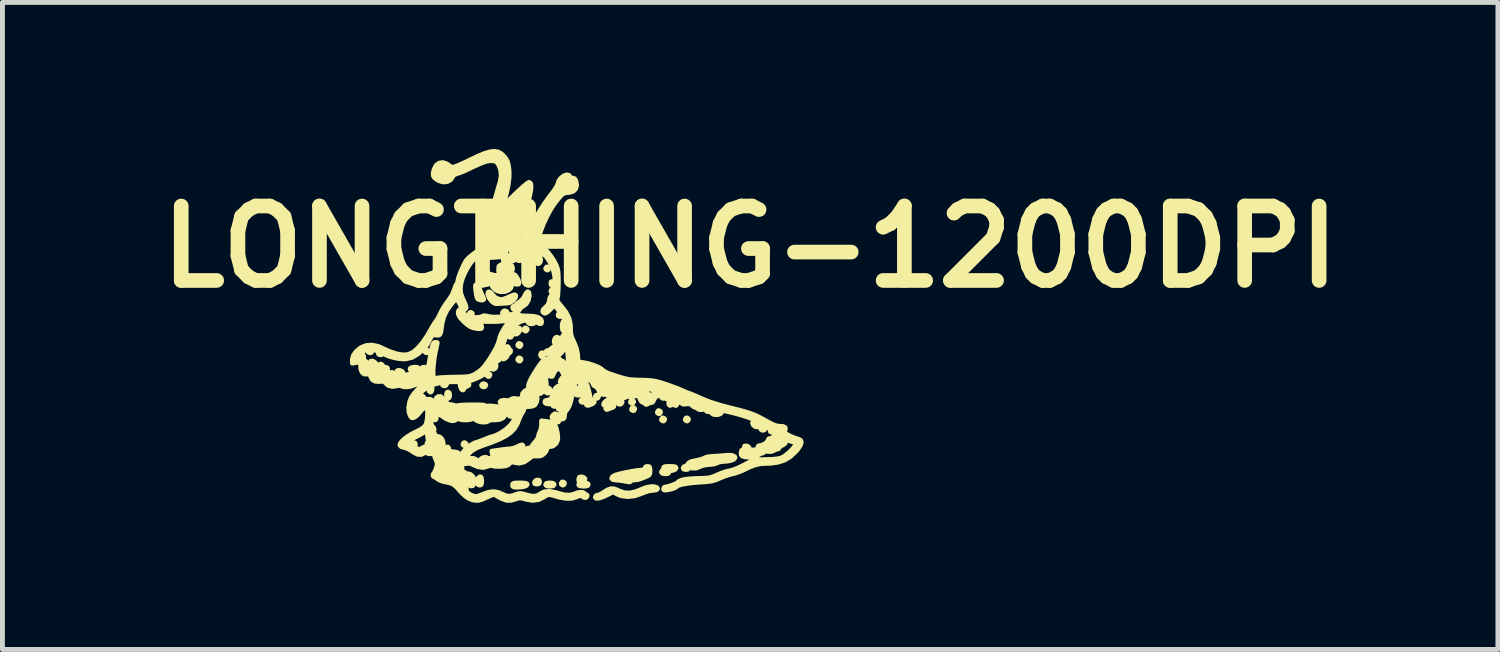
<source format=kicad_pcb>
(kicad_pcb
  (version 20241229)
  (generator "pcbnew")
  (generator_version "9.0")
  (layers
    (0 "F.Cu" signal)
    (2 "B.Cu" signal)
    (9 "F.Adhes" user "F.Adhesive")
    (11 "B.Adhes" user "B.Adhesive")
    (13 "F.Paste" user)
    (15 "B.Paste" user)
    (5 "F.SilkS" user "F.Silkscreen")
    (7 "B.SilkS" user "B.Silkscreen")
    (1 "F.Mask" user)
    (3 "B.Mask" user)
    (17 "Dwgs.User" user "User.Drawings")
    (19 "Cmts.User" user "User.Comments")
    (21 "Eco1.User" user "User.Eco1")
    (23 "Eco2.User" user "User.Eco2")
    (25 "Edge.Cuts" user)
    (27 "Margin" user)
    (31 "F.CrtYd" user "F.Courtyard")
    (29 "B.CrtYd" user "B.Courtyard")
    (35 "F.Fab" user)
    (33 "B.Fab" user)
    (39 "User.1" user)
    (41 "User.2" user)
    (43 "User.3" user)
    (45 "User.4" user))
  (footprint "LONGTHING-1200DPI"
    (layer "F.Cu")
    (at 9.308 4.002)
    (property "Reference" "LONGTHING-1200DPI" (at 3 -2 0) (layer "F.SilkS") (effects (font (size 1.524 1.524) (thickness 0.3))))
    (attr exclude_from_pos_files exclude_from_bom)
    (fp_poly (pts (xy -4.741 0.138) (xy -4.759 0.163) (xy -4.784 0.169) (xy -4.818 0.156) (xy -4.826 0.138) (xy -4.808 0.112) (xy -4.784 0.106) (xy -4.749 0.119) (xy -4.741 0.138)) (stroke (width 0.1) (type solid)) (fill yes) (layer "F.SilkS"))
    (fp_poly (pts (xy -3.598 0.138) (xy -3.615 0.166) (xy -3.63 0.169) (xy -3.658 0.152) (xy -3.662 0.138) (xy -3.645 0.11) (xy -3.63 0.106) (xy -3.602 0.123) (xy -3.598 0.138)) (stroke (width 0.1) (type solid)) (fill yes) (layer "F.SilkS"))
    (fp_poly (pts (xy -3.217 0.815) (xy -3.235 0.841) (xy -3.26 0.847) (xy -3.294 0.833) (xy -3.302 0.815) (xy -3.284 0.789) (xy -3.26 0.783) (xy -3.225 0.796) (xy -3.217 0.815)) (stroke (width 0.1) (type solid)) (fill yes) (layer "F.SilkS"))
    (fp_poly (pts (xy -3.154 1.037) (xy -3.163 1.088) (xy -3.186 1.101) (xy -3.211 1.082) (xy -3.217 1.037) (xy -3.208 0.987) (xy -3.186 0.974) (xy -3.16 0.993) (xy -3.154 1.037)) (stroke (width 0.1) (type solid)) (fill yes) (layer "F.SilkS"))
    (fp_poly (pts (xy -2.815 2.043) (xy -2.832 2.071) (xy -2.847 2.074) (xy -2.875 2.057) (xy -2.879 2.043) (xy -2.862 2.015) (xy -2.847 2.011) (xy -2.819 2.028) (xy -2.815 2.043)) (stroke (width 0.1) (type solid)) (fill yes) (layer "F.SilkS"))
    (fp_poly (pts (xy -2.688 -0.624) (xy -2.705 -0.596) (xy -2.72 -0.593) (xy -2.748 -0.61) (xy -2.752 -0.624) (xy -2.735 -0.652) (xy -2.72 -0.656) (xy -2.692 -0.639) (xy -2.688 -0.624)) (stroke (width 0.1) (type solid)) (fill yes) (layer "F.SilkS"))
    (fp_poly (pts (xy -2.413 0.836) (xy -2.431 0.862) (xy -2.455 0.868) (xy -2.49 0.855) (xy -2.498 0.836) (xy -2.48 0.81) (xy -2.455 0.804) (xy -2.421 0.818) (xy -2.413 0.836)) (stroke (width 0.1) (type solid)) (fill yes) (layer "F.SilkS"))
    (fp_poly (pts (xy -2.328 0.624) (xy -2.345 0.652) (xy -2.36 0.656) (xy -2.388 0.639) (xy -2.392 0.624) (xy -2.375 0.596) (xy -2.36 0.593) (xy -2.332 0.61) (xy -2.328 0.624)) (stroke (width 0.1) (type solid)) (fill yes) (layer "F.SilkS"))
    (fp_poly (pts (xy -1.693 0.011) (xy -1.71 0.039) (xy -1.725 0.042) (xy -1.753 0.025) (xy -1.757 0.011) (xy -1.74 -0.017) (xy -1.725 -0.021) (xy -1.697 -0.004) (xy -1.693 0.011)) (stroke (width 0.1) (type solid)) (fill yes) (layer "F.SilkS"))
    (fp_poly (pts (xy -1.693 0.307) (xy -1.71 0.335) (xy -1.725 0.339) (xy -1.753 0.322) (xy -1.757 0.307) (xy -1.74 0.279) (xy -1.725 0.275) (xy -1.697 0.292) (xy -1.693 0.307)) (stroke (width 0.1) (type solid)) (fill yes) (layer "F.SilkS"))
    (fp_poly (pts (xy -1.566 -0.307) (xy -1.583 -0.279) (xy -1.598 -0.275) (xy -1.626 -0.292) (xy -1.63 -0.307) (xy -1.613 -0.335) (xy -1.598 -0.339) (xy -1.57 -0.322) (xy -1.566 -0.307)) (stroke (width 0.1) (type solid)) (fill yes) (layer "F.SilkS"))
    (fp_poly (pts (xy -1.228 0.212) (xy -1.241 0.246) (xy -1.259 0.254) (xy -1.285 0.236) (xy -1.291 0.212) (xy -1.278 0.177) (xy -1.259 0.169) (xy -1.234 0.187) (xy -1.228 0.212)) (stroke (width 0.1) (type solid)) (fill yes) (layer "F.SilkS"))
    (fp_poly (pts (xy -1.122 -1.556) (xy -1.139 -1.528) (xy -1.154 -1.524) (xy -1.182 -1.541) (xy -1.185 -1.556) (xy -1.168 -1.584) (xy -1.154 -1.587) (xy -1.126 -1.571) (xy -1.122 -1.556)) (stroke (width 0.1) (type solid)) (fill yes) (layer "F.SilkS"))
    (fp_poly (pts (xy -0.804 2.847) (xy -0.821 2.875) (xy -0.836 2.879) (xy -0.864 2.862) (xy -0.868 2.847) (xy -0.851 2.819) (xy -0.836 2.815) (xy -0.808 2.832) (xy -0.804 2.847)) (stroke (width 0.1) (type solid)) (fill yes) (layer "F.SilkS"))
    (fp_poly (pts (xy -0.402 1.154) (xy -0.419 1.182) (xy -0.434 1.185) (xy -0.462 1.168) (xy -0.466 1.154) (xy -0.449 1.126) (xy -0.434 1.122) (xy -0.406 1.139) (xy -0.402 1.154)) (stroke (width 0.1) (type solid)) (fill yes) (layer "F.SilkS"))
    (fp_poly (pts (xy -0.106 1.069) (xy -0.123 1.097) (xy -0.138 1.101) (xy -0.166 1.084) (xy -0.169 1.069) (xy -0.152 1.041) (xy -0.138 1.037) (xy -0.11 1.054) (xy -0.106 1.069)) (stroke (width 0.1) (type solid)) (fill yes) (layer "F.SilkS"))
    (fp_poly (pts (xy 0.377 1.185) (xy 0.357 1.214) (xy 0.333 1.224) (xy 0.303 1.216) (xy 0.296 1.187) (xy 0.31 1.151) (xy 0.34 1.143) (xy 0.372 1.156) (xy 0.377 1.185)) (stroke (width 0.1) (type solid)) (fill yes) (layer "F.SilkS"))
    (fp_poly (pts (xy 0.614 1.175) (xy 0.597 1.203) (xy 0.582 1.206) (xy 0.554 1.19) (xy 0.55 1.175) (xy 0.567 1.147) (xy 0.582 1.143) (xy 0.61 1.16) (xy 0.614 1.175)) (stroke (width 0.1) (type solid)) (fill yes) (layer "F.SilkS"))
    (fp_poly (pts (xy 0.635 1.323) (xy 0.618 1.351) (xy 0.603 1.355) (xy 0.575 1.338) (xy 0.572 1.323) (xy 0.588 1.295) (xy 0.603 1.291) (xy 0.631 1.308) (xy 0.635 1.323)) (stroke (width 0.1) (type solid)) (fill yes) (layer "F.SilkS"))
    (fp_poly (pts (xy 1.164 1.386) (xy 1.147 1.414) (xy 1.132 1.418) (xy 1.104 1.401) (xy 1.101 1.386) (xy 1.118 1.358) (xy 1.132 1.355) (xy 1.16 1.372) (xy 1.164 1.386)) (stroke (width 0.1) (type solid)) (fill yes) (layer "F.SilkS"))
    (fp_poly (pts (xy 1.249 1.535) (xy 1.232 1.563) (xy 1.217 1.566) (xy 1.189 1.549) (xy 1.185 1.535) (xy 1.202 1.507) (xy 1.217 1.503) (xy 1.245 1.52) (xy 1.249 1.535)) (stroke (width 0.1) (type solid)) (fill yes) (layer "F.SilkS"))
    (fp_poly (pts (xy 1.503 1.217) (xy 1.486 1.245) (xy 1.471 1.249) (xy 1.443 1.232) (xy 1.439 1.217) (xy 1.456 1.189) (xy 1.471 1.185) (xy 1.499 1.202) (xy 1.503 1.217)) (stroke (width 0.1) (type solid)) (fill yes) (layer "F.SilkS"))
    (fp_poly (pts (xy 1.736 1.535) (xy 1.719 1.563) (xy 1.704 1.566) (xy 1.676 1.549) (xy 1.672 1.535) (xy 1.689 1.507) (xy 1.704 1.503) (xy 1.732 1.52) (xy 1.736 1.535)) (stroke (width 0.1) (type solid)) (fill yes) (layer "F.SilkS"))
    (fp_poly (pts (xy 1.415 1.175) (xy 1.408 1.205) (xy 1.384 1.24) (xy 1.355 1.246) (xy 1.335 1.222) (xy 1.333 1.206) (xy 1.348 1.165) (xy 1.366 1.15) (xy 1.404 1.147) (xy 1.415 1.175)) (stroke (width 0.1) (type solid)) (fill yes) (layer "F.SilkS"))
    (fp_poly (pts (xy -2.205 0.414) (xy -2.206 0.451) (xy -2.214 0.475) (xy -2.237 0.5) (xy -2.267 0.508) (xy -2.285 0.495) (xy -2.286 0.489) (xy -2.274 0.439) (xy -2.246 0.407) (xy -2.231 0.402) (xy -2.205 0.414)) (stroke (width 0.1) (type solid)) (fill yes) (layer "F.SilkS"))
    (fp_poly (pts (xy -1.973 -0.651) (xy -1.978 -0.623) (xy -2.016 -0.614) (xy -2.021 -0.614) (xy -2.062 -0.621) (xy -2.071 -0.647) (xy -2.07 -0.651) (xy -2.046 -0.681) (xy -2.021 -0.688) (xy -1.984 -0.672) (xy -1.973 -0.651)) (stroke (width 0.1) (type solid)) (fill yes) (layer "F.SilkS"))
    (fp_poly (pts (xy -0.384 2.748) (xy -0.39 2.779) (xy -0.429 2.802) (xy -0.48 2.813) (xy -0.502 2.805) (xy -0.508 2.772) (xy -0.508 2.762) (xy -0.496 2.72) (xy -0.46 2.71) (xy -0.414 2.722) (xy -0.384 2.748)) (stroke (width 0.1) (type solid)) (fill yes) (layer "F.SilkS"))
    (fp_poly (pts (xy -4.11 0.577) (xy -4.115 0.603) (xy -4.149 0.613) (xy -4.168 0.614) (xy -4.215 0.608) (xy -4.232 0.584) (xy -4.233 0.57) (xy -4.225 0.539) (xy -4.192 0.532) (xy -4.175 0.533) (xy -4.127 0.551) (xy -4.11 0.577)) (stroke (width 0.1) (type solid)) (fill yes) (layer "F.SilkS"))
    (fp_poly (pts (xy -3.793 0.503) (xy -3.818 0.534) (xy -3.871 0.544) (xy -3.921 0.536) (xy -3.958 0.517) (xy -3.959 0.493) (xy -3.929 0.474) (xy -3.873 0.466) (xy -3.872 0.466) (xy -3.817 0.469) (xy -3.794 0.482) (xy -3.793 0.503)) (stroke (width 0.1) (type solid)) (fill yes) (layer "F.SilkS"))
    (fp_poly (pts (xy -1.312 2.814) (xy -1.324 2.847) (xy -1.364 2.857) (xy -1.367 2.857) (xy -1.407 2.85) (xy -1.415 2.823) (xy -1.414 2.82) (xy -1.39 2.788) (xy -1.36 2.777) (xy -1.323 2.781) (xy -1.312 2.813) (xy -1.312 2.814)) (stroke (width 0.1) (type solid)) (fill yes) (layer "F.SilkS"))
    (fp_poly (pts (xy -2.498 2.794) (xy -2.501 2.85) (xy -2.516 2.874) (xy -2.539 2.879) (xy -2.578 2.861) (xy -2.592 2.838) (xy -2.592 2.79) (xy -2.571 2.743) (xy -2.538 2.713) (xy -2.524 2.709) (xy -2.505 2.729) (xy -2.498 2.785) (xy -2.498 2.794)) (stroke (width 0.1) (type solid)) (fill yes) (layer "F.SilkS"))
    (fp_poly (pts (xy -1.947 1.172) (xy -1.965 1.202) (xy -2.008 1.223) (xy -2.059 1.229) (xy -2.099 1.217) (xy -2.103 1.214) (xy -2.12 1.179) (xy -2.099 1.155) (xy -2.045 1.143) (xy -2.032 1.143) (xy -1.971 1.149) (xy -1.948 1.168) (xy -1.947 1.172)) (stroke (width 0.1) (type solid)) (fill yes) (layer "F.SilkS"))
    (fp_poly (pts (xy -1.016 2.868) (xy -1.03 2.89) (xy -1.076 2.899) (xy -1.101 2.9) (xy -1.16 2.895) (xy -1.184 2.877) (xy -1.185 2.868) (xy -1.171 2.846) (xy -1.125 2.837) (xy -1.101 2.836) (xy -1.042 2.842) (xy -1.018 2.859) (xy -1.016 2.868)) (stroke (width 0.1) (type solid)) (fill yes) (layer "F.SilkS"))
    (fp_poly (pts (xy -0.466 0.973) (xy -0.471 1.019) (xy -0.495 1.035) (xy -0.52 1.037) (xy -0.557 1.033) (xy -0.567 1.013) (xy -0.56 0.968) (xy -0.547 0.914) (xy -0.533 0.891) (xy -0.512 0.892) (xy -0.498 0.896) (xy -0.473 0.926) (xy -0.466 0.973)) (stroke (width 0.1) (type solid)) (fill yes) (layer "F.SilkS"))
    (fp_poly (pts (xy -0.318 2.868) (xy -0.33 2.889) (xy -0.372 2.899) (xy -0.413 2.9) (xy -0.476 2.896) (xy -0.504 2.882) (xy -0.508 2.868) (xy -0.496 2.847) (xy -0.453 2.838) (xy -0.413 2.836) (xy -0.35 2.84) (xy -0.321 2.855) (xy -0.318 2.868)) (stroke (width 0.1) (type solid)) (fill yes) (layer "F.SilkS"))
    (fp_poly (pts (xy -1.566 2.865) (xy -1.586 2.89) (xy -1.641 2.909) (xy -1.724 2.919) (xy -1.781 2.921) (xy -1.835 2.917) (xy -1.859 2.902) (xy -1.863 2.879) (xy -1.859 2.856) (xy -1.841 2.844) (xy -1.8 2.838) (xy -1.726 2.836) (xy -1.714 2.836) (xy -1.632 2.839) (xy -1.585 2.846) (xy -1.567 2.86) (xy -1.566 2.865)) (stroke (width 0.1) (type solid)) (fill yes) (layer "F.SilkS"))
    (fp_poly (pts (xy -0.91 1.556) (xy -0.927 1.584) (xy -0.942 1.587) (xy -0.97 1.571) (xy -0.974 1.556) (xy -0.991 1.53) (xy -1.016 1.524) (xy -1.051 1.51) (xy -1.055 1.477) (xy -1.033 1.444) (xy -0.992 1.419) (xy -0.962 1.432) (xy -0.953 1.471) (xy -0.945 1.511) (xy -0.931 1.524) (xy -0.913 1.541) (xy -0.91 1.556)) (stroke (width 0.1) (type solid)) (fill yes) (layer "F.SilkS"))
    (fp_poly (pts (xy -2.455 -0.926) (xy -2.472 -0.912) (xy -2.511 -0.911) (xy -2.553 -0.921) (xy -2.578 -0.937) (xy -2.592 -0.971) (xy -2.606 -1.033) (xy -2.615 -1.096) (xy -2.622 -1.168) (xy -2.621 -1.209) (xy -2.61 -1.225) (xy -2.596 -1.228) (xy -2.566 -1.209) (xy -2.55 -1.169) (xy -2.533 -1.113) (xy -2.505 -1.045) (xy -2.497 -1.027) (xy -2.472 -0.972) (xy -2.457 -0.934) (xy -2.455 -0.926)) (stroke (width 0.1) (type solid)) (fill yes) (layer "F.SilkS"))
    (fp_poly (pts (xy 1.482 2.529) (xy 1.463 2.556) (xy 1.42 2.575) (xy 1.37 2.581) (xy 1.347 2.576) (xy 1.326 2.578) (xy 1.328 2.605) (xy 1.329 2.632) (xy 1.305 2.644) (xy 1.262 2.646) (xy 1.206 2.639) (xy 1.186 2.619) (xy 1.185 2.614) (xy 1.197 2.586) (xy 1.206 2.582) (xy 1.224 2.565) (xy 1.228 2.54) (xy 1.232 2.516) (xy 1.253 2.504) (xy 1.298 2.498) (xy 1.355 2.498) (xy 1.429 2.5) (xy 1.468 2.509) (xy 1.481 2.526) (xy 1.482 2.529)) (stroke (width 0.1) (type solid)) (fill yes) (layer "F.SilkS"))
    (fp_poly (pts (xy -1.524 -1.003) (xy -1.541 -0.911) (xy -1.586 -0.833) (xy -1.652 -0.783) (xy -1.655 -0.781) (xy -1.697 -0.755) (xy -1.714 -0.728) (xy -1.732 -0.705) (xy -1.785 -0.704) (xy -1.826 -0.713) (xy -1.855 -0.734) (xy -1.861 -0.763) (xy -1.841 -0.782) (xy -1.831 -0.783) (xy -1.803 -0.793) (xy -1.799 -0.802) (xy -1.783 -0.824) (xy -1.741 -0.855) (xy -1.723 -0.866) (xy -1.648 -0.935) (xy -1.614 -0.995) (xy -1.583 -1.055) (xy -1.554 -1.078) (xy -1.533 -1.063) (xy -1.524 -1.01) (xy -1.524 -1.003)) (stroke (width 0.1) (type solid)) (fill yes) (layer "F.SilkS"))
    (fp_poly (pts (xy -1.801 -1.002) (xy -1.805 -0.968) (xy -1.832 -0.923) (xy -1.855 -0.899) (xy -1.91 -0.862) (xy -1.978 -0.847) (xy -2.009 -0.846) (xy -2.078 -0.844) (xy -2.135 -0.839) (xy -2.148 -0.837) (xy -2.203 -0.837) (xy -2.236 -0.846) (xy -2.286 -0.882) (xy -2.333 -0.94) (xy -2.364 -1.002) (xy -2.371 -1.035) (xy -2.36 -1.072) (xy -2.334 -1.075) (xy -2.296 -1.044) (xy -2.275 -1.016) (xy -2.212 -0.955) (xy -2.154 -0.93) (xy -2.102 -0.92) (xy -2.054 -0.925) (xy -1.993 -0.948) (xy -1.961 -0.962) (xy -1.896 -0.991) (xy -1.845 -1.011) (xy -1.824 -1.016) (xy -1.801 -1.002)) (stroke (width 0.1) (type solid)) (fill yes) (layer "F.SilkS"))
    (fp_poly (pts (xy 1.102 2.954) (xy 1.079 2.974) (xy 1.024 2.984) (xy 1.007 2.985) (xy 0.91 2.999) (xy 0.794 3.041) (xy 0.78 3.048) (xy 0.636 3.098) (xy 0.493 3.114) (xy 0.36 3.096) (xy 0.281 3.064) (xy 0.192 3.017) (xy 0.078 3.075) (xy -0.023 3.121) (xy -0.101 3.146) (xy -0.15 3.148) (xy -0.169 3.127) (xy -0.169 3.125) (xy -0.152 3.096) (xy -0.13 3.09) (xy -0.089 3.079) (xy -0.033 3.05) (xy -0.008 3.034) (xy 0.076 2.982) (xy 0.141 2.956) (xy 0.2 2.955) (xy 0.267 2.977) (xy 0.306 2.996) (xy 0.42 3.037) (xy 0.535 3.043) (xy 0.659 3.014) (xy 0.73 2.985) (xy 0.865 2.932) (xy 0.975 2.911) (xy 1.041 2.914) (xy 1.091 2.932) (xy 1.102 2.954)) (stroke (width 0.1) (type solid)) (fill yes) (layer "F.SilkS"))
    (fp_poly (pts (xy 0.949 2.583) (xy 0.945 2.641) (xy 0.928 2.673) (xy 0.893 2.692) (xy 0.831 2.718) (xy 0.769 2.744) (xy 0.699 2.765) (xy 0.627 2.773) (xy 0.577 2.778) (xy 0.551 2.791) (xy 0.55 2.794) (xy 0.545 2.808) (xy 0.525 2.812) (xy 0.48 2.806) (xy 0.413 2.793) (xy 0.334 2.781) (xy 0.255 2.774) (xy 0.249 2.774) (xy 0.189 2.764) (xy 0.166 2.74) (xy 0.18 2.71) (xy 0.23 2.68) (xy 0.251 2.673) (xy 0.342 2.648) (xy 0.452 2.623) (xy 0.566 2.601) (xy 0.67 2.584) (xy 0.75 2.576) (xy 0.756 2.575) (xy 0.815 2.569) (xy 0.842 2.553) (xy 0.847 2.535) (xy 0.863 2.504) (xy 0.897 2.498) (xy 0.93 2.503) (xy 0.944 2.526) (xy 0.949 2.579) (xy 0.949 2.583)) (stroke (width 0.1) (type solid)) (fill yes) (layer "F.SilkS"))
    (fp_poly (pts (xy 2.688 2.316) (xy 2.669 2.345) (xy 2.617 2.369) (xy 2.542 2.386) (xy 2.457 2.393) (xy 2.389 2.4) (xy 2.332 2.416) (xy 2.319 2.424) (xy 2.27 2.444) (xy 2.196 2.454) (xy 2.166 2.455) (xy 2.045 2.471) (xy 1.971 2.499) (xy 1.894 2.529) (xy 1.822 2.53) (xy 1.811 2.528) (xy 1.755 2.524) (xy 1.736 2.537) (xy 1.736 2.538) (xy 1.718 2.555) (xy 1.683 2.561) (xy 1.64 2.55) (xy 1.63 2.529) (xy 1.647 2.503) (xy 1.667 2.498) (xy 1.704 2.48) (xy 1.725 2.451) (xy 1.747 2.423) (xy 1.787 2.402) (xy 1.856 2.385) (xy 1.891 2.378) (xy 1.969 2.361) (xy 2.033 2.341) (xy 2.069 2.324) (xy 2.106 2.309) (xy 2.172 2.297) (xy 2.242 2.291) (xy 2.334 2.286) (xy 2.428 2.279) (xy 2.482 2.273) (xy 2.575 2.268) (xy 2.644 2.277) (xy 2.682 2.299) (xy 2.688 2.316)) (stroke (width 0.1) (type solid)) (fill yes) (layer "F.SilkS"))
    (fp_poly (pts (xy -1.736 -1.264) (xy -1.742 -1.239) (xy -1.77 -1.234) (xy -1.81 -1.24) (xy -1.859 -1.246) (xy -1.88 -1.236) (xy -1.884 -1.213) (xy -1.902 -1.155) (xy -1.951 -1.112) (xy -2.001 -1.092) (xy -2.001 -1.209) (xy -2.005 -1.221) (xy -2.045 -1.227) (xy -2.058 -1.228) (xy -2.121 -1.231) (xy -2.17 -1.239) (xy -2.173 -1.24) (xy -2.191 -1.242) (xy -2.175 -1.223) (xy -2.159 -1.209) (xy -2.095 -1.179) (xy -2.032 -1.188) (xy -2.001 -1.209) (xy -2.001 -1.092) (xy -2.019 -1.086) (xy -2.096 -1.079) (xy -2.171 -1.095) (xy -2.23 -1.131) (xy -2.274 -1.184) (xy -2.283 -1.226) (xy -2.257 -1.253) (xy -2.249 -1.255) (xy -2.23 -1.263) (xy -2.252 -1.267) (xy -2.26 -1.268) (xy -2.286 -1.276) (xy -2.286 -1.344) (xy -2.297 -1.355) (xy -2.307 -1.344) (xy -2.297 -1.333) (xy -2.286 -1.344) (xy -2.286 -1.276) (xy -2.297 -1.28) (xy -2.309 -1.296) (xy -2.316 -1.301) (xy -2.329 -1.275) (xy -2.355 -1.24) (xy -2.386 -1.228) (xy -2.409 -1.242) (xy -2.413 -1.26) (xy -2.403 -1.312) (xy -2.38 -1.369) (xy -2.35 -1.416) (xy -2.322 -1.439) (xy -2.319 -1.439) (xy -2.29 -1.431) (xy -2.286 -1.423) (xy -2.267 -1.417) (xy -2.216 -1.413) (xy -2.145 -1.412) (xy -2.063 -1.413) (xy -1.983 -1.418) (xy -1.914 -1.424) (xy -1.89 -1.428) (xy -1.841 -1.432) (xy -1.809 -1.415) (xy -1.778 -1.371) (xy -1.75 -1.316) (xy -1.736 -1.269) (xy -1.736 -1.264)) (stroke (width 0.1) (type solid)) (fill yes) (layer "F.SilkS"))
    (fp_poly (pts (xy 4.045 2.002) (xy 4.027 2.062) (xy 3.973 2.143) (xy 3.935 2.187) (xy 3.825 2.291) (xy 3.706 2.365) (xy 3.569 2.41) (xy 3.407 2.432) (xy 3.314 2.434) (xy 3.205 2.441) (xy 3.099 2.465) (xy 2.984 2.509) (xy 2.873 2.563) (xy 2.785 2.602) (xy 2.691 2.634) (xy 2.635 2.648) (xy 2.554 2.669) (xy 2.458 2.702) (xy 2.376 2.736) (xy 2.31 2.765) (xy 2.251 2.785) (xy 2.186 2.799) (xy 2.105 2.808) (xy 1.995 2.816) (xy 1.969 2.818) (xy 1.829 2.828) (xy 1.706 2.844) (xy 1.606 2.862) (xy 1.535 2.882) (xy 1.503 2.902) (xy 1.459 2.932) (xy 1.386 2.958) (xy 1.318 2.973) (xy 1.26 2.98) (xy 1.234 2.974) (xy 1.228 2.955) (xy 1.243 2.925) (xy 1.259 2.921) (xy 1.299 2.914) (xy 1.358 2.897) (xy 1.421 2.876) (xy 1.474 2.854) (xy 1.502 2.838) (xy 1.503 2.837) (xy 1.543 2.802) (xy 1.612 2.775) (xy 1.713 2.758) (xy 1.851 2.747) (xy 1.92 2.744) (xy 2.035 2.741) (xy 2.118 2.736) (xy 2.18 2.727) (xy 2.233 2.712) (xy 2.287 2.69) (xy 2.329 2.671) (xy 2.416 2.634) (xy 2.506 2.604) (xy 2.572 2.59) (xy 2.653 2.569) (xy 2.758 2.527) (xy 2.878 2.468) (xy 2.879 2.468) (xy 3.08 2.361) (xy 3.323 2.358) (xy 3.472 2.352) (xy 3.579 2.34) (xy 3.641 2.323) (xy 3.712 2.282) (xy 3.792 2.218) (xy 3.868 2.144) (xy 3.924 2.072) (xy 3.926 2.07) (xy 3.948 2.03) (xy 3.944 2.012) (xy 3.907 2.001) (xy 3.902 2) (xy 3.839 1.982) (xy 3.772 1.957) (xy 3.717 1.933) (xy 3.693 1.93) (xy 3.696 1.946) (xy 3.709 1.968) (xy 3.723 2.004) (xy 3.704 2.033) (xy 3.693 2.041) (xy 3.65 2.066) (xy 3.625 2.074) (xy 3.601 2.091) (xy 3.598 2.106) (xy 3.581 2.133) (xy 3.561 2.139) (xy 3.515 2.151) (xy 3.484 2.17) (xy 3.425 2.191) (xy 3.362 2.188) (xy 3.302 2.184) (xy 3.281 2.197) (xy 3.281 2.199) (xy 3.263 2.219) (xy 3.245 2.223) (xy 3.202 2.236) (xy 3.173 2.256) (xy 3.117 2.285) (xy 3.036 2.302) (xy 2.945 2.305) (xy 2.891 2.298) (xy 2.84 2.284) (xy 2.819 2.26) (xy 2.815 2.222) (xy 2.825 2.172) (xy 2.847 2.159) (xy 2.873 2.141) (xy 2.879 2.117) (xy 2.887 2.082) (xy 2.918 2.077) (xy 2.951 2.087) (xy 2.979 2.115) (xy 2.981 2.154) (xy 2.956 2.184) (xy 2.947 2.187) (xy 2.922 2.195) (xy 2.938 2.198) (xy 2.946 2.199) (xy 2.984 2.19) (xy 2.995 2.18) (xy 3.023 2.166) (xy 3.075 2.159) (xy 3.081 2.159) (xy 3.132 2.154) (xy 3.152 2.135) (xy 3.154 2.117) (xy 3.168 2.081) (xy 3.188 2.074) (xy 3.243 2.063) (xy 3.301 2.036) (xy 3.346 2.001) (xy 3.365 1.967) (xy 3.365 1.966) (xy 3.382 1.932) (xy 3.407 1.926) (xy 3.447 1.916) (xy 3.461 1.905) (xy 3.491 1.887) (xy 3.515 1.884) (xy 3.549 1.871) (xy 3.556 1.854) (xy 3.537 1.821) (xy 3.486 1.802) (xy 3.448 1.799) (xy 3.414 1.783) (xy 3.408 1.758) (xy 3.391 1.715) (xy 3.367 1.694) (xy 3.324 1.675) (xy 3.305 1.682) (xy 3.302 1.714) (xy 3.288 1.748) (xy 3.256 1.757) (xy 3.224 1.74) (xy 3.212 1.716) (xy 3.19 1.686) (xy 3.157 1.686) (xy 3.108 1.681) (xy 3.066 1.65) (xy 3.048 1.607) (xy 3.066 1.591) (xy 3.12 1.594) (xy 3.122 1.594) (xy 3.171 1.6) (xy 3.195 1.598) (xy 3.196 1.596) (xy 3.177 1.579) (xy 3.125 1.554) (xy 3.049 1.522) (xy 2.955 1.488) (xy 2.852 1.454) (xy 2.748 1.424) (xy 2.72 1.416) (xy 2.601 1.386) (xy 2.517 1.367) (xy 2.462 1.358) (xy 2.43 1.36) (xy 2.416 1.371) (xy 2.413 1.386) (xy 2.394 1.415) (xy 2.348 1.433) (xy 2.287 1.436) (xy 2.254 1.431) (xy 2.21 1.404) (xy 2.2 1.37) (xy 2.195 1.344) (xy 2.187 1.349) (xy 2.162 1.372) (xy 2.126 1.374) (xy 2.099 1.357) (xy 2.095 1.344) (xy 2.112 1.316) (xy 2.127 1.312) (xy 2.155 1.301) (xy 2.159 1.291) (xy 2.141 1.274) (xy 2.118 1.27) (xy 2.08 1.258) (xy 2.067 1.244) (xy 2.059 1.242) (xy 2.055 1.274) (xy 2.055 1.275) (xy 2.047 1.317) (xy 2.02 1.332) (xy 1.99 1.333) (xy 1.945 1.327) (xy 1.926 1.313) (xy 1.926 1.312) (xy 1.909 1.294) (xy 1.889 1.291) (xy 1.856 1.279) (xy 1.856 1.136) (xy 1.84 1.123) (xy 1.82 1.111) (xy 1.76 1.084) (xy 1.724 1.087) (xy 1.707 1.111) (xy 1.708 1.132) (xy 1.736 1.141) (xy 1.784 1.142) (xy 1.839 1.141) (xy 1.856 1.136) (xy 1.856 1.279) (xy 1.847 1.276) (xy 1.813 1.247) (xy 1.78 1.219) (xy 1.736 1.212) (xy 1.692 1.217) (xy 1.632 1.222) (xy 1.609 1.21) (xy 1.609 1.208) (xy 1.591 1.19) (xy 1.566 1.185) (xy 1.532 1.172) (xy 1.524 1.154) (xy 1.518 1.133) (xy 1.493 1.121) (xy 1.441 1.118) (xy 1.36 1.121) (xy 1.301 1.12) (xy 1.275 1.109) (xy 1.27 1.091) (xy 1.287 1.054) (xy 1.302 1.045) (xy 1.33 1.017) (xy 1.333 1.001) (xy 1.32 0.979) (xy 1.3 0.982) (xy 1.262 0.993) (xy 1.25 0.995) (xy 1.241 1.012) (xy 1.244 1.048) (xy 1.239 1.089) (xy 1.215 1.103) (xy 1.187 1.086) (xy 1.178 1.069) (xy 1.149 1.041) (xy 1.13 1.037) (xy 1.089 1.054) (xy 1.069 1.073) (xy 1.069 1.004) (xy 1.064 0.976) (xy 1.018 0.939) (xy 0.996 0.926) (xy 0.95 0.902) (xy 0.924 0.9) (xy 0.904 0.918) (xy 0.899 0.925) (xy 0.883 0.974) (xy 0.892 1) (xy 0.924 1.03) (xy 0.978 1.035) (xy 1.033 1.024) (xy 1.069 1.004) (xy 1.069 1.073) (xy 1.047 1.093) (xy 1.02 1.139) (xy 1.016 1.157) (xy 0.999 1.182) (xy 0.984 1.185) (xy 0.941 1.196) (xy 0.907 1.212) (xy 0.871 1.228) (xy 0.854 1.216) (xy 0.853 1.212) (xy 0.826 1.189) (xy 0.807 1.185) (xy 0.773 1.166) (xy 0.744 1.111) (xy 0.743 1.109) (xy 0.728 1.069) (xy 0.711 1.049) (xy 0.682 1.045) (xy 0.631 1.056) (xy 0.621 1.059) (xy 0.621 0.937) (xy 0.6 0.91) (xy 0.572 0.89) (xy 0.526 0.863) (xy 0.495 0.855) (xy 0.491 0.857) (xy 0.495 0.877) (xy 0.513 0.892) (xy 0.544 0.923) (xy 0.55 0.943) (xy 0.561 0.971) (xy 0.595 0.964) (xy 0.61 0.955) (xy 0.621 0.937) (xy 0.621 1.059) (xy 0.577 1.071) (xy 0.538 1.073) (xy 0.529 1.058) (xy 0.518 1.043) (xy 0.503 1.051) (xy 0.456 1.076) (xy 0.396 1.098) (xy 0.338 1.111) (xy 0.298 1.112) (xy 0.294 1.11) (xy 0.28 1.079) (xy 0.282 1.022) (xy 0.282 1.022) (xy 0.286 0.97) (xy 0.273 0.945) (xy 0.253 0.937) (xy 0.219 0.916) (xy 0.214 0.888) (xy 0.238 0.869) (xy 0.252 0.868) (xy 0.288 0.855) (xy 0.307 0.826) (xy 0.301 0.798) (xy 0.295 0.793) (xy 0.272 0.798) (xy 0.262 0.814) (xy 0.236 0.843) (xy 0.221 0.847) (xy 0.194 0.853) (xy 0.181 0.878) (xy 0.183 0.928) (xy 0.197 1.011) (xy 0.2 1.027) (xy 0.217 1.134) (xy 0.218 1.217) (xy 0.205 1.271) (xy 0.178 1.291) (xy 0.177 1.291) (xy 0.148 1.299) (xy 0.148 0.711) (xy 0.132 0.698) (xy 0.116 0.691) (xy 0.089 0.69) (xy 0.085 0.699) (xy 0.102 0.717) (xy 0.116 0.72) (xy 0.145 0.715) (xy 0.148 0.711) (xy 0.148 1.299) (xy 0.136 1.302) (xy 0.107 1.317) (xy 0.064 1.331) (xy 0.045 1.314) (xy 0.056 1.274) (xy 0.058 1.271) (xy 0.071 1.243) (xy 0.054 1.24) (xy 0.041 1.243) (xy 0.008 1.242) (xy 0 1.229) (xy 0.016 1.191) (xy 0.051 1.156) (xy 0.083 1.143) (xy 0.099 1.125) (xy 0.106 1.083) (xy 0.097 1.037) (xy 0.085 1.031) (xy 0.085 0.963) (xy 0.074 0.953) (xy 0.064 0.963) (xy 0.074 0.974) (xy 0.085 0.963) (xy 0.085 1.031) (xy 0.069 1.023) (xy -0.012 1.021) (xy -0.06 1.013) (xy -0.081 0.994) (xy -0.085 0.974) (xy -0.098 0.931) (xy -0.131 0.885) (xy -0.169 0.853) (xy -0.188 0.847) (xy -0.207 0.829) (xy -0.22 0.795) (xy -0.254 0.745) (xy -0.307 0.717) (xy -0.361 0.689) (xy -0.38 0.659) (xy -0.362 0.633) (xy -0.349 0.627) (xy -0.321 0.598) (xy -0.318 0.581) (xy -0.309 0.559) (xy -0.275 0.557) (xy -0.254 0.561) (xy -0.205 0.565) (xy -0.193 0.551) (xy -0.217 0.526) (xy -0.246 0.511) (xy -0.29 0.497) (xy -0.322 0.511) (xy -0.338 0.529) (xy -0.378 0.562) (xy -0.386 0.564) (xy -0.386 0.476) (xy -0.388 0.473) (xy -0.401 0.476) (xy -0.402 0.487) (xy -0.394 0.504) (xy -0.388 0.501) (xy -0.386 0.476) (xy -0.386 0.564) (xy -0.409 0.57) (xy -0.423 0.55) (xy -0.423 0.549) (xy -0.435 0.543) (xy -0.457 0.56) (xy -0.469 0.576) (xy -0.469 0.458) (xy -0.473 0.452) (xy -0.498 0.449) (xy -0.501 0.452) (xy -0.498 0.464) (xy -0.487 0.466) (xy -0.469 0.458) (xy -0.469 0.576) (xy -0.476 0.585) (xy -0.474 0.611) (xy -0.446 0.652) (xy -0.439 0.662) (xy -0.378 0.753) (xy -0.335 0.847) (xy -0.304 0.959) (xy -0.295 1) (xy -0.278 1.079) (xy -0.261 1.123) (xy -0.241 1.141) (xy -0.229 1.143) (xy -0.196 1.154) (xy -0.195 1.179) (xy -0.224 1.209) (xy -0.248 1.222) (xy -0.311 1.245) (xy -0.346 1.241) (xy -0.359 1.207) (xy -0.36 1.191) (xy -0.368 1.109) (xy -0.388 1.055) (xy -0.418 1.037) (xy -0.439 1.025) (xy -0.436 0.986) (xy -0.438 0.928) (xy -0.464 0.843) (xy -0.48 0.804) (xy -0.536 0.674) (xy -0.573 0.756) (xy -0.595 0.815) (xy -0.597 0.825) (xy -0.597 0.497) (xy -0.6 0.494) (xy -0.612 0.497) (xy -0.614 0.508) (xy -0.606 0.525) (xy -0.6 0.522) (xy -0.597 0.497) (xy -0.597 0.825) (xy -0.618 0.901) (xy -0.638 0.996) (xy -0.643 1.02) (xy -0.672 1.157) (xy -0.705 1.257) (xy -0.72 1.283) (xy -0.72 0.857) (xy -0.722 0.854) (xy -0.722 0.396) (xy -0.723 0.328) (xy -0.728 0.243) (xy -0.73 0.219) (xy -0.742 0.118) (xy -0.759 0.058) (xy -0.78 0.041) (xy -0.783 0.043) (xy -0.783 -0.085) (xy -0.788 -0.098) (xy -0.788 -0.267) (xy -0.815 -0.275) (xy -0.836 -0.293) (xy -0.846 -0.338) (xy -0.847 -0.393) (xy -0.838 -0.445) (xy -0.819 -0.479) (xy -0.816 -0.481) (xy -0.798 -0.498) (xy -0.804 -0.525) (xy -0.826 -0.561) (xy -0.853 -0.596) (xy -0.867 -0.602) (xy -0.868 -0.598) (xy -0.885 -0.575) (xy -0.9 -0.572) (xy -0.928 -0.588) (xy -0.931 -0.603) (xy -0.92 -0.631) (xy -0.91 -0.635) (xy -0.891 -0.645) (xy -0.901 -0.676) (xy -0.942 -0.731) (xy -0.948 -0.739) (xy -1.007 -0.81) (xy -1.094 -0.719) (xy -1.157 -0.661) (xy -1.201 -0.64) (xy -1.214 -0.642) (xy -1.245 -0.669) (xy -1.239 -0.708) (xy -1.197 -0.753) (xy -1.187 -0.761) (xy -1.14 -0.807) (xy -1.115 -0.872) (xy -1.11 -0.9) (xy -1.097 -0.961) (xy -1.077 -0.99) (xy -1.056 -0.995) (xy -1.023 -1.009) (xy -1.016 -1.027) (xy -1.033 -1.055) (xy -1.048 -1.058) (xy -1.075 -1.075) (xy -1.079 -1.093) (xy -1.067 -1.117) (xy -1.037 -1.116) (xy -1.003 -1.117) (xy -0.995 -1.143) (xy -1.013 -1.178) (xy -1.037 -1.191) (xy -1.073 -1.22) (xy -1.079 -1.249) (xy -1.072 -1.283) (xy -1.04 -1.286) (xy -1.034 -1.284) (xy -1.009 -1.28) (xy -0.997 -1.292) (xy -0.995 -1.327) (xy -1 -1.394) (xy -1.021 -1.497) (xy -1.06 -1.608) (xy -1.113 -1.713) (xy -1.17 -1.795) (xy -1.188 -1.814) (xy -1.24 -1.864) (xy -1.291 -1.915) (xy -1.331 -1.948) (xy -1.349 -1.946) (xy -1.345 -1.909) (xy -1.324 -1.851) (xy -1.302 -1.787) (xy -1.291 -1.73) (xy -1.291 -1.722) (xy -1.306 -1.675) (xy -1.34 -1.654) (xy -1.381 -1.667) (xy -1.416 -1.681) (xy -1.477 -1.694) (xy -1.522 -1.7) (xy -1.59 -1.712) (xy -1.591 -1.713) (xy -1.591 -3.081) (xy -1.613 -3.089) (xy -1.632 -3.087) (xy -1.663 -3.079) (xy -1.676 -3.058) (xy -1.672 -3.016) (xy -1.66 -2.961) (xy -1.656 -2.923) (xy -1.673 -2.904) (xy -1.723 -2.891) (xy -1.723 -2.891) (xy -1.76 -2.884) (xy -1.76 -3) (xy -1.766 -3.002) (xy -1.796 -2.976) (xy -1.824 -2.942) (xy -1.828 -2.917) (xy -1.818 -2.904) (xy -1.806 -2.911) (xy -1.786 -2.947) (xy -1.778 -2.963) (xy -1.76 -3) (xy -1.76 -2.884) (xy -1.799 -2.877) (xy -1.746 -2.828) (xy -1.71 -2.783) (xy -1.693 -2.742) (xy -1.693 -2.74) (xy -1.689 -2.711) (xy -1.678 -2.718) (xy -1.662 -2.755) (xy -1.645 -2.815) (xy -1.634 -2.868) (xy -1.619 -2.945) (xy -1.604 -3.012) (xy -1.596 -3.045) (xy -1.591 -3.081) (xy -1.591 -1.713) (xy -1.599 -1.715) (xy -1.599 -2.177) (xy -1.61 -2.221) (xy -1.629 -2.268) (xy -1.655 -2.318) (xy -1.668 -2.331) (xy -1.672 -2.312) (xy -1.672 -2.311) (xy -1.672 -2.466) (xy -1.677 -2.47) (xy -1.677 -2.572) (xy -1.679 -2.575) (xy -1.692 -2.572) (xy -1.693 -2.561) (xy -1.686 -2.544) (xy -1.679 -2.547) (xy -1.677 -2.572) (xy -1.677 -2.47) (xy -1.683 -2.477) (xy -1.693 -2.466) (xy -1.683 -2.455) (xy -1.672 -2.466) (xy -1.672 -2.311) (xy -1.691 -2.251) (xy -1.742 -2.204) (xy -1.812 -2.181) (xy -1.828 -2.18) (xy -1.898 -2.193) (xy -1.936 -2.233) (xy -1.944 -2.303) (xy -1.943 -2.311) (xy -1.932 -2.362) (xy -1.902 -2.387) (xy -1.873 -2.395) (xy -1.837 -2.404) (xy -1.834 -2.41) (xy -1.836 -2.41) (xy -1.865 -2.429) (xy -1.896 -2.465) (xy -1.919 -2.525) (xy -1.91 -2.573) (xy -1.871 -2.601) (xy -1.847 -2.603) (xy -1.809 -2.605) (xy -1.809 -2.616) (xy -1.832 -2.635) (xy -1.874 -2.654) (xy -1.884 -2.656) (xy -1.884 -2.889) (xy -1.894 -2.9) (xy -1.905 -2.889) (xy -1.894 -2.879) (xy -1.884 -2.889) (xy -1.884 -2.656) (xy -1.905 -2.66) (xy -1.905 -2.847) (xy -1.916 -2.857) (xy -1.926 -2.847) (xy -1.916 -2.836) (xy -1.905 -2.847) (xy -1.905 -2.66) (xy -1.927 -2.664) (xy -1.976 -2.665) (xy -2.007 -2.655) (xy -2.011 -2.647) (xy -1.995 -2.621) (xy -1.978 -2.608) (xy -1.953 -2.573) (xy -1.948 -2.518) (xy -1.96 -2.46) (xy -1.988 -2.415) (xy -2.006 -2.403) (xy -2.041 -2.377) (xy -2.053 -2.348) (xy -2.036 -2.33) (xy -2.024 -2.328) (xy -1.994 -2.31) (xy -1.974 -2.266) (xy -1.967 -2.21) (xy -1.974 -2.159) (xy -1.996 -2.126) (xy -2.001 -2.124) (xy -2.038 -2.096) (xy -2.053 -2.074) (xy -2.063 -2.047) (xy -2.041 -2.045) (xy -2.03 -2.048) (xy -2.003 -2.05) (xy -1.992 -2.032) (xy -1.993 -1.983) (xy -1.994 -1.977) (xy -2 -1.894) (xy -2.077 -1.895) (xy -2.077 -2.703) (xy -2.081 -2.725) (xy -2.088 -2.733) (xy -2.091 -2.705) (xy -2.091 -2.699) (xy -2.089 -2.663) (xy -2.082 -2.659) (xy -2.082 -2.661) (xy -2.077 -2.703) (xy -2.077 -1.895) (xy -2.101 -1.896) (xy -2.117 -1.895) (xy -2.117 -2.424) (xy -2.127 -2.434) (xy -2.138 -2.424) (xy -2.127 -2.413) (xy -2.117 -2.424) (xy -2.117 -1.895) (xy -2.155 -1.894) (xy -2.163 -1.891) (xy -2.163 -2.84) (xy -2.171 -2.844) (xy -2.176 -2.836) (xy -2.195 -2.793) (xy -2.208 -2.736) (xy -2.215 -2.68) (xy -2.213 -2.638) (xy -2.203 -2.625) (xy -2.186 -2.643) (xy -2.18 -2.675) (xy -2.177 -2.732) (xy -2.168 -2.797) (xy -2.163 -2.84) (xy -2.163 -1.891) (xy -2.178 -1.886) (xy -2.175 -1.88) (xy -2.135 -1.868) (xy -2.085 -1.862) (xy -2.024 -1.851) (xy -1.98 -1.83) (xy -1.934 -1.803) (xy -1.905 -1.81) (xy -1.885 -1.847) (xy -1.881 -1.902) (xy -1.897 -1.928) (xy -1.916 -1.97) (xy -1.926 -2.032) (xy -1.926 -2.05) (xy -1.924 -2.106) (xy -1.911 -2.131) (xy -1.882 -2.138) (xy -1.873 -2.138) (xy -1.831 -2.127) (xy -1.82 -2.106) (xy -1.81 -2.078) (xy -1.801 -2.074) (xy -1.79 -2.091) (xy -1.793 -2.117) (xy -1.792 -2.15) (xy -1.76 -2.159) (xy -1.712 -2.14) (xy -1.675 -2.094) (xy -1.657 -2.035) (xy -1.66 -2) (xy -1.669 -1.956) (xy -1.666 -1.946) (xy -1.654 -1.966) (xy -1.637 -2.011) (xy -1.621 -2.062) (xy -1.603 -2.13) (xy -1.599 -2.177) (xy -1.599 -1.715) (xy -1.64 -1.729) (xy -1.656 -1.74) (xy -1.675 -1.756) (xy -1.686 -1.741) (xy -1.709 -1.719) (xy -1.714 -1.719) (xy -1.714 -1.894) (xy -1.725 -1.905) (xy -1.736 -1.894) (xy -1.725 -1.884) (xy -1.714 -1.894) (xy -1.714 -1.719) (xy -1.739 -1.716) (xy -1.757 -1.732) (xy -1.757 -1.735) (xy -1.774 -1.74) (xy -1.816 -1.73) (xy -1.83 -1.724) (xy -1.891 -1.703) (xy -1.942 -1.693) (xy -1.947 -1.693) (xy -1.982 -1.68) (xy -1.99 -1.662) (xy -2.002 -1.633) (xy -2.012 -1.63) (xy -2.025 -1.617) (xy -2.022 -1.609) (xy -1.995 -1.601) (xy -1.97 -1.612) (xy -1.918 -1.628) (xy -1.879 -1.609) (xy -1.866 -1.561) (xy -1.867 -1.551) (xy -1.872 -1.519) (xy -1.887 -1.502) (xy -1.921 -1.494) (xy -1.984 -1.492) (xy -2.011 -1.492) (xy -2.148 -1.492) (xy -2.148 -1.556) (xy -2.141 -1.604) (xy -2.112 -1.624) (xy -2.103 -1.626) (xy -2.06 -1.649) (xy -2.045 -1.699) (xy -2.056 -1.754) (xy -2.068 -1.779) (xy -2.087 -1.792) (xy -2.125 -1.795) (xy -2.183 -1.791) (xy -2.183 -2.259) (xy -2.186 -2.326) (xy -2.196 -2.357) (xy -2.198 -2.358) (xy -2.211 -2.39) (xy -2.211 -2.456) (xy -2.209 -2.472) (xy -2.203 -2.532) (xy -2.209 -2.554) (xy -2.219 -2.55) (xy -2.233 -2.52) (xy -2.244 -2.462) (xy -2.254 -2.389) (xy -2.259 -2.311) (xy -2.261 -2.239) (xy -2.258 -2.185) (xy -2.249 -2.16) (xy -2.247 -2.159) (xy -2.228 -2.143) (xy -2.223 -2.107) (xy -2.235 -2.072) (xy -2.244 -2.064) (xy -2.268 -2.037) (xy -2.296 -1.99) (xy -2.298 -1.988) (xy -2.33 -1.925) (xy -2.271 -1.939) (xy -2.227 -1.951) (xy -2.207 -1.957) (xy -2.203 -1.979) (xy -2.197 -2.033) (xy -2.191 -2.11) (xy -2.188 -2.152) (xy -2.183 -2.259) (xy -2.183 -1.791) (xy -2.19 -1.79) (xy -2.222 -1.787) (xy -2.308 -1.781) (xy -2.356 -1.784) (xy -2.371 -1.796) (xy -2.388 -1.816) (xy -2.413 -1.82) (xy -2.447 -1.834) (xy -2.455 -1.852) (xy -2.465 -1.88) (xy -2.497 -1.875) (xy -2.519 -1.863) (xy -2.536 -1.846) (xy -2.524 -1.842) (xy -2.503 -1.824) (xy -2.498 -1.78) (xy -2.511 -1.727) (xy -2.538 -1.698) (xy -2.555 -1.693) (xy -2.575 -1.704) (xy -2.575 -1.74) (xy -2.571 -1.759) (xy -2.564 -1.802) (xy -2.573 -1.813) (xy -2.599 -1.801) (xy -2.657 -1.755) (xy -2.72 -1.677) (xy -2.784 -1.579) (xy -2.843 -1.469) (xy -2.891 -1.358) (xy -2.922 -1.255) (xy -2.922 -1.253) (xy -2.936 -1.144) (xy -2.926 -1.046) (xy -2.889 -0.942) (xy -2.868 -0.897) (xy -2.829 -0.81) (xy -2.817 -0.753) (xy -2.832 -0.725) (xy -2.855 -0.72) (xy -2.895 -0.737) (xy -2.908 -0.757) (xy -2.926 -0.799) (xy -2.953 -0.851) (xy -2.983 -0.902) (xy -3.009 -0.941) (xy -3.025 -0.958) (xy -3.027 -0.955) (xy -3.04 -0.927) (xy -3.075 -0.88) (xy -3.109 -0.841) (xy -3.208 -0.707) (xy -3.278 -0.56) (xy -3.311 -0.423) (xy -3.324 -0.322) (xy -3.335 -0.255) (xy -3.348 -0.216) (xy -3.365 -0.197) (xy -3.39 -0.191) (xy -3.41 -0.191) (xy -3.41 -0.191) (xy -3.41 -0.341) (xy -3.42 -0.348) (xy -3.442 -0.316) (xy -3.446 -0.307) (xy -3.458 -0.269) (xy -3.451 -0.254) (xy -3.43 -0.272) (xy -3.418 -0.298) (xy -3.41 -0.341) (xy -3.41 -0.191) (xy -3.455 -0.198) (xy -3.471 -0.217) (xy -3.482 -0.216) (xy -3.508 -0.186) (xy -3.535 -0.148) (xy -3.57 -0.091) (xy -3.593 -0.047) (xy -3.598 -0.032) (xy -3.612 -0.006) (xy -3.649 0.039) (xy -3.699 0.094) (xy -3.753 0.148) (xy -3.803 0.192) (xy -3.92 0.262) (xy -4.048 0.294) (xy -4.087 0.296) (xy -4.181 0.289) (xy -4.285 0.27) (xy -4.384 0.243) (xy -4.462 0.211) (xy -4.48 0.201) (xy -4.515 0.184) (xy -4.53 0.19) (xy -4.547 0.208) (xy -4.572 0.212) (xy -4.607 0.197) (xy -4.614 0.17) (xy -4.633 0.135) (xy -4.682 0.109) (xy -4.749 0.095) (xy -4.822 0.098) (xy -4.861 0.107) (xy -4.919 0.135) (xy -4.948 0.169) (xy -4.944 0.201) (xy -4.932 0.212) (xy -4.914 0.243) (xy -4.916 0.272) (xy -4.913 0.313) (xy -4.898 0.326) (xy -4.871 0.348) (xy -4.868 0.358) (xy -4.852 0.394) (xy -4.813 0.433) (xy -4.767 0.462) (xy -4.735 0.469) (xy -4.703 0.453) (xy -4.706 0.433) (xy -4.741 0.423) (xy -4.777 0.408) (xy -4.784 0.381) (xy -4.77 0.347) (xy -4.735 0.34) (xy -4.692 0.362) (xy -4.672 0.381) (xy -4.644 0.419) (xy -4.635 0.439) (xy -4.623 0.466) (xy -4.601 0.497) (xy -4.579 0.523) (xy -4.574 0.517) (xy -4.581 0.474) (xy -4.582 0.471) (xy -4.588 0.423) (xy -4.576 0.404) (xy -4.563 0.402) (xy -4.534 0.418) (xy -4.53 0.434) (xy -4.511 0.459) (xy -4.477 0.466) (xy -4.434 0.477) (xy -4.424 0.497) (xy -4.435 0.526) (xy -4.445 0.529) (xy -4.465 0.546) (xy -4.466 0.556) (xy -4.45 0.574) (xy -4.398 0.576) (xy -4.382 0.575) (xy -4.321 0.575) (xy -4.29 0.59) (xy -4.284 0.601) (xy -4.254 0.624) (xy -4.194 0.634) (xy -4.114 0.633) (xy -4.022 0.621) (xy -3.929 0.602) (xy -3.843 0.576) (xy -3.775 0.546) (xy -3.733 0.514) (xy -3.725 0.493) (xy -3.707 0.472) (xy -3.672 0.466) (xy -3.629 0.477) (xy -3.619 0.501) (xy -3.616 0.53) (xy -3.607 0.522) (xy -3.594 0.482) (xy -3.578 0.414) (xy -3.567 0.356) (xy -3.542 0.216) (xy -3.522 0.113) (xy -3.506 0.041) (xy -3.491 -0.005) (xy -3.476 -0.03) (xy -3.46 -0.041) (xy -3.449 -0.042) (xy -3.415 -0.039) (xy -3.408 -0.036) (xy -3.412 -0.013) (xy -3.423 0.041) (xy -3.439 0.118) (xy -3.45 0.169) (xy -3.47 0.282) (xy -3.485 0.403) (xy -3.492 0.511) (xy -3.493 0.534) (xy -3.493 0.701) (xy -3.398 0.687) (xy -3.341 0.681) (xy -3.253 0.676) (xy -3.146 0.672) (xy -3.031 0.67) (xy -3.023 0.67) (xy -2.906 0.668) (xy -2.822 0.664) (xy -2.761 0.657) (xy -2.713 0.645) (xy -2.669 0.628) (xy -2.633 0.61) (xy -2.558 0.561) (xy -2.487 0.502) (xy -2.458 0.472) (xy -2.386 0.378) (xy -2.313 0.271) (xy -2.247 0.161) (xy -2.192 0.059) (xy -2.156 -0.025) (xy -2.147 -0.053) (xy -2.125 -0.139) (xy -2.102 -0.204) (xy -2.071 -0.265) (xy -2.025 -0.341) (xy -2.017 -0.354) (xy -1.969 -0.42) (xy -1.92 -0.474) (xy -1.889 -0.498) (xy -1.861 -0.517) (xy -1.867 -0.52) (xy -1.873 -0.518) (xy -2.02 -0.486) (xy -2.199 -0.471) (xy -2.355 -0.471) (xy -2.454 -0.473) (xy -2.543 -0.472) (xy -2.611 -0.468) (xy -2.635 -0.465) (xy -2.699 -0.451) (xy -2.639 -0.427) (xy -2.582 -0.409) (xy -2.539 -0.402) (xy -2.504 -0.387) (xy -2.498 -0.359) (xy -2.502 -0.333) (xy -2.521 -0.323) (xy -2.565 -0.325) (xy -2.598 -0.329) (xy -2.671 -0.343) (xy -2.73 -0.366) (xy -2.789 -0.407) (xy -2.86 -0.469) (xy -2.937 -0.551) (xy -2.974 -0.622) (xy -2.974 -0.678) (xy -2.948 -0.713) (xy -2.915 -0.715) (xy -2.89 -0.683) (xy -2.87 -0.647) (xy -2.83 -0.594) (xy -2.794 -0.55) (xy -2.748 -0.5) (xy -2.723 -0.479) (xy -2.712 -0.484) (xy -2.71 -0.503) (xy -2.705 -0.532) (xy -2.684 -0.546) (xy -2.636 -0.55) (xy -2.608 -0.55) (xy -2.543 -0.555) (xy -2.494 -0.567) (xy -2.482 -0.575) (xy -2.453 -0.587) (xy -2.403 -0.582) (xy -2.363 -0.572) (xy -2.265 -0.558) (xy -2.145 -0.561) (xy -2.02 -0.578) (xy -1.919 -0.606) (xy -1.838 -0.628) (xy -1.776 -0.634) (xy -1.741 -0.621) (xy -1.736 -0.608) (xy -1.722 -0.594) (xy -1.678 -0.585) (xy -1.599 -0.582) (xy -1.56 -0.582) (xy -1.43 -0.574) (xy -1.338 -0.551) (xy -1.284 -0.511) (xy -1.27 -0.465) (xy -1.28 -0.43) (xy -1.312 -0.428) (xy -1.358 -0.45) (xy -1.394 -0.466) (xy -1.41 -0.454) (xy -1.412 -0.45) (xy -1.437 -0.43) (xy -1.479 -0.423) (xy -1.521 -0.43) (xy -1.544 -0.449) (xy -1.545 -0.454) (xy -1.562 -0.487) (xy -1.606 -0.497) (xy -1.673 -0.482) (xy -1.729 -0.458) (xy -1.794 -0.42) (xy -1.847 -0.382) (xy -1.865 -0.364) (xy -1.884 -0.339) (xy -1.879 -0.329) (xy -1.842 -0.33) (xy -1.807 -0.334) (xy -1.749 -0.338) (xy -1.721 -0.33) (xy -1.714 -0.308) (xy -1.73 -0.263) (xy -1.764 -0.225) (xy -1.798 -0.212) (xy -1.819 -0.228) (xy -1.82 -0.234) (xy -1.832 -0.24) (xy -1.852 -0.225) (xy -1.878 -0.19) (xy -1.884 -0.171) (xy -1.901 -0.151) (xy -1.916 -0.148) (xy -1.944 -0.165) (xy -1.947 -0.18) (xy -1.954 -0.211) (xy -1.972 -0.206) (xy -1.997 -0.17) (xy -2.022 -0.111) (xy -2.047 -0.041) (xy -2.069 0.019) (xy -2.076 0.038) (xy -2.093 0.094) (xy -2.087 0.121) (xy -2.062 0.127) (xy -2.03 0.109) (xy -2.017 0.085) (xy -1.996 0.052) (xy -1.969 0.043) (xy -1.949 0.061) (xy -1.947 0.074) (xy -1.936 0.102) (xy -1.926 0.106) (xy -1.907 0.12) (xy -1.909 0.149) (xy -1.931 0.174) (xy -1.937 0.177) (xy -1.965 0.2) (xy -1.968 0.213) (xy -1.985 0.25) (xy -2.021 0.284) (xy -2.054 0.296) (xy -2.071 0.279) (xy -2.069 0.243) (xy -2.066 0.2) (xy -2.076 0.194) (xy -2.095 0.221) (xy -2.114 0.265) (xy -2.142 0.316) (xy -2.173 0.338) (xy -2.199 0.328) (xy -2.207 0.312) (xy -2.221 0.315) (xy -2.248 0.349) (xy -2.283 0.405) (xy -2.284 0.407) (xy -2.333 0.482) (xy -2.387 0.552) (xy -2.423 0.59) (xy -2.475 0.626) (xy -2.548 0.666) (xy -2.627 0.702) (xy -2.699 0.729) (xy -2.751 0.741) (xy -2.753 0.741) (xy -2.764 0.758) (xy -2.761 0.791) (xy -2.759 0.83) (xy -2.787 0.851) (xy -2.803 0.855) (xy -2.843 0.876) (xy -2.857 0.9) (xy -2.874 0.928) (xy -2.887 0.931) (xy -2.911 0.912) (xy -2.93 0.857) (xy -2.932 0.847) (xy -2.946 0.762) (xy -3.129 0.762) (xy -3.313 0.775) (xy -3.44 0.804) (xy -3.5 0.824) (xy -3.536 0.84) (xy -3.54 0.846) (xy -3.52 0.864) (xy -3.513 0.903) (xy -3.519 0.945) (xy -3.537 0.972) (xy -3.545 0.974) (xy -3.57 0.955) (xy -3.577 0.909) (xy -3.577 0.844) (xy -3.681 0.924) (xy -3.765 1) (xy -3.816 1.07) (xy -3.831 1.123) (xy -3.819 1.125) (xy -3.789 1.101) (xy -3.789 1.101) (xy -3.743 1.067) (xy -3.705 1.06) (xy -3.684 1.08) (xy -3.683 1.09) (xy -3.664 1.116) (xy -3.607 1.126) (xy -3.551 1.123) (xy -3.517 1.139) (xy -3.502 1.172) (xy -3.481 1.212) (xy -3.439 1.221) (xy -3.432 1.221) (xy -3.388 1.227) (xy -3.37 1.258) (xy -3.369 1.265) (xy -3.355 1.303) (xy -3.336 1.311) (xy -3.324 1.286) (xy -3.324 1.275) (xy -3.338 1.236) (xy -3.374 1.191) (xy -3.376 1.188) (xy -3.42 1.135) (xy -3.423 1.095) (xy -3.387 1.069) (xy -3.382 1.068) (xy -3.338 1.067) (xy -3.306 1.098) (xy -3.271 1.132) (xy -3.244 1.143) (xy -3.222 1.158) (xy -3.223 1.185) (xy -3.224 1.216) (xy -3.197 1.227) (xy -3.174 1.228) (xy -3.107 1.236) (xy -3.056 1.25) (xy -3.011 1.26) (xy -2.986 1.254) (xy -2.962 1.248) (xy -2.903 1.243) (xy -2.818 1.239) (xy -2.716 1.238) (xy -2.692 1.238) (xy -2.578 1.238) (xy -2.5 1.24) (xy -2.452 1.245) (xy -2.427 1.252) (xy -2.419 1.263) (xy -2.421 1.275) (xy -2.42 1.306) (xy -2.411 1.312) (xy -2.394 1.295) (xy -2.392 1.283) (xy -2.383 1.267) (xy -2.352 1.26) (xy -2.29 1.262) (xy -2.26 1.265) (xy -2.19 1.273) (xy -2.139 1.284) (xy -2.12 1.294) (xy -2.099 1.312) (xy -2.079 1.299) (xy -2.074 1.281) (xy -2.063 1.252) (xy -2.027 1.259) (xy -1.968 1.301) (xy -1.955 1.312) (xy -1.886 1.361) (xy -1.829 1.374) (xy -1.778 1.355) (xy -1.769 1.342) (xy -1.796 1.335) (xy -1.837 1.334) (xy -1.907 1.325) (xy -1.94 1.3) (xy -1.936 1.263) (xy -1.904 1.227) (xy -1.875 1.198) (xy -1.878 1.186) (xy -1.891 1.185) (xy -1.921 1.171) (xy -1.926 1.156) (xy -1.908 1.131) (xy -1.867 1.112) (xy -1.821 1.106) (xy -1.798 1.112) (xy -1.764 1.117) (xy -1.713 1.111) (xy -1.669 1.096) (xy -1.659 1.071) (xy -1.663 1.055) (xy -1.658 1.007) (xy -1.62 0.96) (xy -1.563 0.926) (xy -1.537 0.898) (xy -1.538 0.872) (xy -1.534 0.822) (xy -1.504 0.744) (xy -1.447 0.637) (xy -1.361 0.501) (xy -1.348 0.481) (xy -1.293 0.401) (xy -1.252 0.35) (xy -1.216 0.319) (xy -1.176 0.301) (xy -1.148 0.293) (xy -1.09 0.274) (xy -1.064 0.251) (xy -1.058 0.22) (xy -1.063 0.186) (xy -1.087 0.178) (xy -1.122 0.183) (xy -1.168 0.187) (xy -1.184 0.172) (xy -1.185 0.161) (xy -1.168 0.133) (xy -1.146 0.127) (xy -1.103 0.112) (xy -1.069 0.085) (xy -1.03 0.053) (xy -1.002 0.042) (xy -0.976 0.031) (xy -0.984 0.001) (xy -0.998 -0.015) (xy -1.012 -0.053) (xy -1.005 -0.099) (xy -0.984 -0.137) (xy -0.96 -0.148) (xy -0.92 -0.133) (xy -0.897 -0.111) (xy -0.875 -0.09) (xy -0.869 -0.102) (xy -0.856 -0.138) (xy -0.826 -0.184) (xy -0.826 -0.185) (xy -0.79 -0.238) (xy -0.788 -0.267) (xy -0.788 -0.098) (xy -0.79 -0.105) (xy -0.793 -0.106) (xy -0.811 -0.091) (xy -0.815 -0.085) (xy -0.813 -0.065) (xy -0.806 -0.064) (xy -0.784 -0.079) (xy -0.783 -0.085) (xy -0.783 0.043) (xy -0.806 0.065) (xy -0.825 0.105) (xy -0.86 0.161) (xy -0.902 0.201) (xy -0.936 0.227) (xy -0.938 0.252) (xy -0.918 0.286) (xy -0.885 0.324) (xy -0.855 0.339) (xy -0.828 0.35) (xy -0.826 0.357) (xy -0.808 0.377) (xy -0.783 0.387) (xy -0.748 0.413) (xy -0.738 0.437) (xy -0.735 0.464) (xy -0.729 0.45) (xy -0.726 0.436) (xy -0.722 0.396) (xy -0.722 0.854) (xy -0.73 0.847) (xy -0.741 0.857) (xy -0.73 0.868) (xy -0.72 0.857) (xy -0.72 1.283) (xy -0.744 1.325) (xy -0.746 1.328) (xy -0.746 0.912) (xy -0.749 0.91) (xy -0.768 0.925) (xy -0.773 0.931) (xy -0.778 0.951) (xy -0.775 0.953) (xy -0.756 0.938) (xy -0.751 0.931) (xy -0.746 0.912) (xy -0.746 1.328) (xy -0.771 1.354) (xy -0.794 1.393) (xy -0.804 1.45) (xy -0.804 1.453) (xy -0.809 1.501) (xy -0.828 1.521) (xy -0.857 1.524) (xy -0.899 1.51) (xy -0.909 1.474) (xy -0.886 1.421) (xy -0.878 1.409) (xy -0.853 1.356) (xy -0.847 1.32) (xy -0.839 1.278) (xy -0.828 1.261) (xy -0.808 1.234) (xy -0.786 1.186) (xy -0.786 1.183) (xy -0.772 1.139) (xy -0.776 1.129) (xy -0.805 1.145) (xy -0.809 1.148) (xy -0.846 1.186) (xy -0.858 1.219) (xy -0.864 1.286) (xy -0.874 1.321) (xy -0.891 1.333) (xy -0.902 1.333) (xy -0.925 1.323) (xy -0.924 1.287) (xy -0.922 1.279) (xy -0.916 1.242) (xy -0.93 1.238) (xy -0.95 1.248) (xy -1.005 1.268) (xy -1.034 1.258) (xy -1.037 1.241) (xy -1.055 1.22) (xy -1.111 1.215) (xy -1.116 1.215) (xy -1.173 1.21) (xy -1.199 1.191) (xy -1.202 1.181) (xy -1.195 1.155) (xy -1.157 1.141) (xy -1.14 1.139) (xy -1.093 1.13) (xy -1.069 1.104) (xy -1.054 1.051) (xy -1.025 0.963) (xy -0.984 0.896) (xy -0.936 0.857) (xy -0.897 0.852) (xy -0.858 0.852) (xy -0.847 0.825) (xy -0.847 0.823) (xy -0.856 0.79) (xy -0.868 0.783) (xy -0.888 0.77) (xy -0.882 0.735) (xy -0.85 0.687) (xy -0.826 0.659) (xy -0.786 0.614) (xy -0.765 0.576) (xy -0.764 0.568) (xy -0.768 0.552) (xy -0.776 0.566) (xy -0.801 0.59) (xy -0.831 0.588) (xy -0.847 0.562) (xy -0.847 0.561) (xy -0.858 0.533) (xy -0.868 0.529) (xy -0.887 0.515) (xy -0.885 0.486) (xy -0.863 0.461) (xy -0.857 0.458) (xy -0.83 0.436) (xy -0.83 0.412) (xy -0.853 0.402) (xy -0.882 0.418) (xy -0.924 0.458) (xy -0.97 0.511) (xy -1.01 0.565) (xy -1.027 0.597) (xy -1.027 0.425) (xy -1.03 0.398) (xy -1.037 0.392) (xy -1.055 0.396) (xy -1.058 0.411) (xy -1.051 0.442) (xy -1.033 0.433) (xy -1.027 0.425) (xy -1.027 0.597) (xy -1.034 0.609) (xy -1.037 0.623) (xy -1.051 0.651) (xy -1.085 0.652) (xy -1.118 0.631) (xy -1.139 0.616) (xy -1.143 0.631) (xy -1.16 0.653) (xy -1.177 0.656) (xy -1.189 0.661) (xy -1.189 0.444) (xy -1.204 0.445) (xy -1.233 0.476) (xy -1.257 0.511) (xy -1.317 0.603) (xy -1.249 0.537) (xy -1.209 0.491) (xy -1.189 0.454) (xy -1.189 0.444) (xy -1.189 0.661) (xy -1.2 0.666) (xy -1.194 0.693) (xy -1.182 0.739) (xy -1.176 0.801) (xy -1.176 0.81) (xy -1.17 0.864) (xy -1.152 0.887) (xy -1.138 0.889) (xy -1.108 0.905) (xy -1.101 0.942) (xy -1.111 0.983) (xy -1.143 0.995) (xy -1.177 0.981) (xy -1.185 0.947) (xy -1.187 0.919) (xy -1.198 0.917) (xy -1.227 0.945) (xy -1.241 0.96) (xy -1.288 1) (xy -1.312 1.005) (xy -1.312 0.624) (xy -1.323 0.614) (xy -1.333 0.624) (xy -1.323 0.635) (xy -1.312 0.624) (xy -1.312 1.005) (xy -1.332 1.009) (xy -1.345 1.007) (xy -1.345 0.899) (xy -1.365 0.889) (xy -1.424 0.871) (xy -1.456 0.877) (xy -1.46 0.889) (xy -1.442 0.903) (xy -1.397 0.909) (xy -1.392 0.909) (xy -1.349 0.906) (xy -1.345 0.899) (xy -1.345 1.007) (xy -1.348 1.006) (xy -1.383 1.001) (xy -1.386 1.016) (xy -1.376 1.038) (xy -1.362 1.1) (xy -1.373 1.172) (xy -1.405 1.232) (xy -1.411 1.238) (xy -1.454 1.26) (xy -1.522 1.27) (xy -1.536 1.27) (xy -1.595 1.273) (xy -1.623 1.285) (xy -1.63 1.309) (xy -1.642 1.354) (xy -1.669 1.399) (xy -1.701 1.453) (xy -1.714 1.484) (xy -1.714 1.238) (xy -1.722 1.198) (xy -1.736 1.185) (xy -1.752 1.203) (xy -1.757 1.238) (xy -1.75 1.278) (xy -1.736 1.291) (xy -1.72 1.273) (xy -1.714 1.238) (xy -1.714 1.484) (xy -1.731 1.522) (xy -1.735 1.535) (xy -1.776 1.637) (xy -1.81 1.691) (xy -1.81 1.48) (xy -1.82 1.467) (xy -1.854 1.474) (xy -1.909 1.472) (xy -1.958 1.439) (xy -2.009 1.392) (xy -2.022 1.445) (xy -2.056 1.498) (xy -2.122 1.532) (xy -2.213 1.544) (xy -2.223 1.543) (xy -2.223 1.439) (xy -2.24 1.422) (xy -2.26 1.418) (xy -2.284 1.422) (xy -2.269 1.437) (xy -2.265 1.439) (xy -2.233 1.458) (xy -2.223 1.452) (xy -2.223 1.439) (xy -2.223 1.543) (xy -2.241 1.542) (xy -2.303 1.544) (xy -2.347 1.557) (xy -2.353 1.562) (xy -2.4 1.584) (xy -2.402 1.584) (xy -2.402 1.444) (xy -2.406 1.428) (xy -2.422 1.399) (xy -2.432 1.412) (xy -2.434 1.441) (xy -2.426 1.47) (xy -2.414 1.472) (xy -2.402 1.444) (xy -2.402 1.584) (xy -2.469 1.589) (xy -2.542 1.578) (xy -2.603 1.553) (xy -2.618 1.541) (xy -2.658 1.512) (xy -2.685 1.514) (xy -2.688 1.516) (xy -2.688 1.344) (xy -2.699 1.333) (xy -2.709 1.344) (xy -2.699 1.355) (xy -2.688 1.344) (xy -2.688 1.516) (xy -2.693 1.52) (xy -2.727 1.535) (xy -2.786 1.543) (xy -2.853 1.544) (xy -2.912 1.539) (xy -2.949 1.527) (xy -2.953 1.523) (xy -2.981 1.516) (xy -3.021 1.536) (xy -3.065 1.557) (xy -3.109 1.559) (xy -3.158 1.546) (xy -3.224 1.519) (xy -3.28 1.482) (xy -3.286 1.476) (xy -3.335 1.444) (xy -3.405 1.431) (xy -3.433 1.43) (xy -3.5 1.433) (xy -3.531 1.442) (xy -3.524 1.455) (xy -3.482 1.469) (xy -3.442 1.491) (xy -3.429 1.516) (xy -3.441 1.54) (xy -3.482 1.54) (xy -3.518 1.538) (xy -3.533 1.558) (xy -3.535 1.599) (xy -3.525 1.654) (xy -3.503 1.68) (xy -3.479 1.708) (xy -3.471 1.746) (xy -3.482 1.789) (xy -3.503 1.799) (xy -3.531 1.81) (xy -3.535 1.818) (xy -3.518 1.829) (xy -3.493 1.826) (xy -3.462 1.826) (xy -3.451 1.853) (xy -3.45 1.876) (xy -3.446 1.914) (xy -3.434 1.912) (xy -3.431 1.908) (xy -3.399 1.884) (xy -3.36 1.892) (xy -3.323 1.924) (xy -3.296 1.973) (xy -3.285 2.029) (xy -3.289 2.06) (xy -3.315 2.107) (xy -3.354 2.121) (xy -3.393 2.102) (xy -3.418 2.053) (xy -3.437 2.009) (xy -3.461 1.99) (xy -3.462 1.99) (xy -3.473 2.001) (xy -3.46 2.039) (xy -3.434 2.085) (xy -3.392 2.148) (xy -3.362 2.175) (xy -3.336 2.171) (xy -3.315 2.15) (xy -3.277 2.122) (xy -3.233 2.105) (xy -3.191 2.1) (xy -3.176 2.117) (xy -3.175 2.133) (xy -3.159 2.175) (xy -3.11 2.197) (xy -3.049 2.201) (xy -2.991 2.215) (xy -2.954 2.248) (xy -2.948 2.292) (xy -2.95 2.296) (xy -2.951 2.324) (xy -2.944 2.328) (xy -2.926 2.31) (xy -2.912 2.274) (xy -2.881 2.212) (xy -2.822 2.144) (xy -2.747 2.08) (xy -2.668 2.031) (xy -2.625 2.013) (xy -2.55 1.988) (xy -2.461 1.955) (xy -2.41 1.934) (xy -2.343 1.907) (xy -2.289 1.889) (xy -2.265 1.884) (xy -2.234 1.874) (xy -2.179 1.85) (xy -2.113 1.817) (xy -2.004 1.745) (xy -1.911 1.659) (xy -1.844 1.569) (xy -1.823 1.522) (xy -1.81 1.48) (xy -1.81 1.691) (xy -1.832 1.725) (xy -1.908 1.803) (xy -2.008 1.873) (xy -2.137 1.939) (xy -2.299 2.005) (xy -2.468 2.063) (xy -2.603 2.117) (xy -2.706 2.178) (xy -2.77 2.245) (xy -2.774 2.25) (xy -2.805 2.305) (xy -2.809 2.333) (xy -2.782 2.339) (xy -2.732 2.334) (xy -2.667 2.333) (xy -2.619 2.353) (xy -2.601 2.368) (xy -2.549 2.4) (xy -2.499 2.411) (xy -2.468 2.406) (xy -2.479 2.399) (xy -2.482 2.398) (xy -2.514 2.377) (xy -2.512 2.347) (xy -2.478 2.322) (xy -2.471 2.321) (xy -2.42 2.309) (xy -2.397 2.315) (xy -2.39 2.341) (xy -2.39 2.344) (xy -2.385 2.364) (xy -2.378 2.355) (xy -2.351 2.335) (xy -2.314 2.328) (xy -2.278 2.324) (xy -2.267 2.304) (xy -2.274 2.257) (xy -2.287 2.185) (xy -2.127 2.162) (xy -2.041 2.15) (xy -1.964 2.141) (xy -1.911 2.138) (xy -1.909 2.138) (xy -1.853 2.128) (xy -1.785 2.104) (xy -1.767 2.095) (xy -1.704 2.065) (xy -1.669 2.057) (xy -1.654 2.07) (xy -1.651 2.106) (xy -1.638 2.147) (xy -1.609 2.16) (xy -1.578 2.139) (xy -1.576 2.136) (xy -1.546 2.122) (xy -1.522 2.123) (xy -1.489 2.122) (xy -1.482 2.109) (xy -1.468 2.081) (xy -1.434 2.035) (xy -1.407 2.004) (xy -1.365 1.951) (xy -1.338 1.903) (xy -1.333 1.885) (xy -1.324 1.839) (xy -1.302 1.786) (xy -1.28 1.722) (xy -1.27 1.649) (xy -1.27 1.645) (xy -1.27 1.565) (xy -1.159 1.579) (xy -1.091 1.591) (xy -1.039 1.605) (xy -1.022 1.613) (xy -0.996 1.653) (xy -0.971 1.721) (xy -0.951 1.802) (xy -0.941 1.883) (xy -0.942 1.949) (xy -0.942 1.951) (xy -0.975 2.026) (xy -1.037 2.077) (xy -1.042 2.078) (xy -1.042 1.903) (xy -1.052 1.89) (xy -1.058 1.894) (xy -1.058 1.767) (xy -1.069 1.757) (xy -1.079 1.767) (xy -1.079 1.719) (xy -1.096 1.686) (xy -1.133 1.658) (xy -1.158 1.651) (xy -1.182 1.664) (xy -1.182 1.692) (xy -1.159 1.717) (xy -1.148 1.721) (xy -1.101 1.732) (xy -1.082 1.73) (xy -1.079 1.719) (xy -1.079 1.767) (xy -1.069 1.778) (xy -1.058 1.767) (xy -1.058 1.894) (xy -1.084 1.908) (xy -1.11 1.933) (xy -1.142 1.97) (xy -1.146 1.986) (xy -1.124 1.99) (xy -1.122 1.99) (xy -1.08 1.973) (xy -1.057 1.946) (xy -1.042 1.903) (xy -1.042 2.078) (xy -1.12 2.095) (xy -1.121 2.095) (xy -1.157 2.11) (xy -1.164 2.139) (xy -1.179 2.182) (xy -1.186 2.191) (xy -1.186 1.836) (xy -1.187 1.767) (xy -1.217 1.82) (xy -1.243 1.872) (xy -1.243 1.898) (xy -1.218 1.905) (xy -1.217 1.905) (xy -1.193 1.888) (xy -1.186 1.836) (xy -1.186 2.191) (xy -1.215 2.229) (xy -1.221 2.235) (xy -1.27 2.27) (xy -1.324 2.283) (xy -1.372 2.282) (xy -1.437 2.282) (xy -1.485 2.3) (xy -1.537 2.343) (xy -1.538 2.343) (xy -1.598 2.384) (xy -1.598 2.244) (xy -1.6 2.224) (xy -1.607 2.223) (xy -1.629 2.238) (xy -1.63 2.244) (xy -1.623 2.264) (xy -1.62 2.265) (xy -1.602 2.25) (xy -1.598 2.244) (xy -1.598 2.384) (xy -1.63 2.405) (xy -1.73 2.429) (xy -1.757 2.425) (xy -1.757 2.297) (xy -1.767 2.286) (xy -1.778 2.297) (xy -1.767 2.307) (xy -1.757 2.297) (xy -1.757 2.425) (xy -1.782 2.421) (xy -1.782 2.215) (xy -1.785 2.208) (xy -1.81 2.206) (xy -1.813 2.208) (xy -1.81 2.221) (xy -1.799 2.223) (xy -1.782 2.215) (xy -1.782 2.421) (xy -1.825 2.415) (xy -1.874 2.402) (xy -1.888 2.406) (xy -1.888 2.238) (xy -1.89 2.231) (xy -1.916 2.225) (xy -1.969 2.227) (xy -2.033 2.234) (xy -2.095 2.244) (xy -2.142 2.255) (xy -2.159 2.267) (xy -2.14 2.275) (xy -2.093 2.275) (xy -2.064 2.272) (xy -2.002 2.267) (xy -1.972 2.275) (xy -1.966 2.288) (xy -1.96 2.298) (xy -1.954 2.281) (xy -1.93 2.249) (xy -1.911 2.244) (xy -1.888 2.238) (xy -1.888 2.406) (xy -1.905 2.411) (xy -1.929 2.438) (xy -1.958 2.465) (xy -1.968 2.469) (xy -1.968 2.337) (xy -1.986 2.329) (xy -2 2.328) (xy -2.028 2.339) (xy -2.032 2.349) (xy -2.016 2.36) (xy -2 2.357) (xy -1.972 2.342) (xy -1.968 2.337) (xy -1.968 2.469) (xy -2.001 2.482) (xy -2.071 2.491) (xy -2.102 2.494) (xy -2.117 2.494) (xy -2.117 2.382) (xy -2.131 2.364) (xy -2.138 2.36) (xy -2.157 2.362) (xy -2.159 2.369) (xy -2.144 2.391) (xy -2.138 2.392) (xy -2.117 2.385) (xy -2.117 2.382) (xy -2.117 2.494) (xy -2.179 2.495) (xy -2.243 2.49) (xy -2.276 2.482) (xy -2.326 2.474) (xy -2.368 2.49) (xy -2.464 2.517) (xy -2.571 2.503) (xy -2.652 2.469) (xy -2.715 2.439) (xy -2.765 2.43) (xy -2.824 2.438) (xy -2.842 2.442) (xy -2.899 2.457) (xy -2.922 2.472) (xy -2.92 2.493) (xy -2.913 2.505) (xy -2.9 2.539) (xy -2.916 2.555) (xy -2.933 2.573) (xy -2.92 2.593) (xy -2.883 2.603) (xy -2.879 2.603) (xy -2.842 2.621) (xy -2.825 2.649) (xy -2.81 2.678) (xy -2.794 2.668) (xy -2.793 2.665) (xy -2.774 2.648) (xy -2.742 2.656) (xy -2.723 2.665) (xy -2.672 2.715) (xy -2.652 2.787) (xy -2.658 2.847) (xy -2.682 2.891) (xy -2.72 2.895) (xy -2.759 2.868) (xy -2.791 2.842) (xy -2.808 2.846) (xy -2.814 2.885) (xy -2.815 2.929) (xy -2.811 2.994) (xy -2.791 3.036) (xy -2.747 3.069) (xy -2.688 3.096) (xy -2.647 3.11) (xy -2.61 3.114) (xy -2.567 3.105) (xy -2.502 3.081) (xy -2.465 3.066) (xy -2.349 3.026) (xy -2.25 3.014) (xy -2.158 3.031) (xy -2.073 3.067) (xy -1.997 3.1) (xy -1.929 3.109) (xy -1.853 3.094) (xy -1.804 3.076) (xy -1.747 3.057) (xy -1.702 3.052) (xy -1.65 3.061) (xy -1.6 3.076) (xy -1.49 3.104) (xy -1.406 3.108) (xy -1.338 3.088) (xy -1.295 3.059) (xy -1.213 3.016) (xy -1.108 3.008) (xy -0.979 3.033) (xy -0.931 3.048) (xy -0.806 3.081) (xy -0.694 3.086) (xy -0.605 3.065) (xy -0.593 3.059) (xy -0.543 3.039) (xy -0.485 3.029) (xy -0.435 3.029) (xy -0.405 3.041) (xy -0.402 3.048) (xy -0.385 3.067) (xy -0.37 3.069) (xy -0.342 3.086) (xy -0.339 3.101) (xy -0.356 3.127) (xy -0.381 3.133) (xy -0.415 3.124) (xy -0.423 3.111) (xy -0.44 3.093) (xy -0.483 3.094) (xy -0.541 3.111) (xy -0.564 3.122) (xy -0.654 3.148) (xy -0.769 3.15) (xy -0.902 3.127) (xy -0.956 3.112) (xy -1.042 3.086) (xy -1.101 3.074) (xy -1.144 3.076) (xy -1.184 3.094) (xy -1.23 3.124) (xy -1.335 3.175) (xy -1.45 3.191) (xy -1.582 3.17) (xy -1.598 3.165) (xy -1.67 3.146) (xy -1.719 3.141) (xy -1.763 3.149) (xy -1.802 3.163) (xy -1.9 3.191) (xy -1.99 3.189) (xy -2.086 3.154) (xy -2.132 3.13) (xy -2.247 3.064) (xy -2.335 3.101) (xy -2.404 3.131) (xy -2.467 3.16) (xy -2.48 3.167) (xy -2.574 3.193) (xy -2.68 3.182) (xy -2.765 3.148) (xy -2.829 3.104) (xy -2.898 3.042) (xy -2.9 3.04) (xy -2.9 2.826) (xy -2.909 2.785) (xy -2.943 2.773) (xy -2.946 2.773) (xy -2.946 2.426) (xy -2.949 2.42) (xy -2.974 2.418) (xy -2.977 2.42) (xy -2.975 2.433) (xy -2.963 2.434) (xy -2.946 2.426) (xy -2.946 2.773) (xy -2.953 2.773) (xy -2.994 2.763) (xy -3.006 2.731) (xy -3.014 2.701) (xy -3.046 2.69) (xy -3.073 2.688) (xy -3.073 2.511) (xy -3.076 2.505) (xy -3.101 2.502) (xy -3.104 2.505) (xy -3.102 2.517) (xy -3.09 2.519) (xy -3.073 2.511) (xy -3.073 2.688) (xy -3.08 2.688) (xy -3.129 2.683) (xy -3.153 2.671) (xy -3.154 2.668) (xy -3.173 2.654) (xy -3.219 2.643) (xy -3.233 2.642) (xy -3.287 2.633) (xy -3.302 2.62) (xy -3.302 2.36) (xy -3.313 2.349) (xy -3.323 2.36) (xy -3.313 2.371) (xy -3.302 2.36) (xy -3.302 2.62) (xy -3.309 2.613) (xy -3.313 2.589) (xy -3.32 2.545) (xy -3.329 2.527) (xy -3.338 2.536) (xy -3.344 2.576) (xy -3.344 2.599) (xy -3.33 2.676) (xy -3.287 2.726) (xy -3.212 2.749) (xy -3.164 2.752) (xy -3.083 2.764) (xy -3.036 2.79) (xy -2.996 2.823) (xy -2.949 2.855) (xy -2.913 2.876) (xy -2.905 2.878) (xy -2.901 2.86) (xy -2.9 2.826) (xy -2.9 3.04) (xy -2.937 2.999) (xy -3.006 2.921) (xy -3.064 2.87) (xy -3.125 2.839) (xy -3.203 2.82) (xy -3.231 2.815) (xy -3.312 2.795) (xy -3.376 2.767) (xy -3.397 2.752) (xy -3.438 2.721) (xy -3.467 2.709) (xy -3.488 2.694) (xy -3.491 2.663) (xy -3.477 2.642) (xy -3.461 2.62) (xy -3.439 2.57) (xy -3.427 2.537) (xy -3.408 2.471) (xy -3.406 2.427) (xy -3.42 2.389) (xy -3.446 2.328) (xy -3.46 2.28) (xy -3.475 2.239) (xy -3.503 2.231) (xy -3.525 2.235) (xy -3.558 2.235) (xy -3.558 2.111) (xy -3.571 2.08) (xy -3.588 2.074) (xy -3.616 2.057) (xy -3.619 2.043) (xy -3.61 2.014) (xy -3.601 2.011) (xy -3.592 2.007) (xy -3.589 1.99) (xy -3.592 1.952) (xy -3.601 1.885) (xy -3.609 1.836) (xy -3.622 1.755) (xy -3.683 1.799) (xy -3.736 1.832) (xy -3.81 1.871) (xy -3.867 1.899) (xy -3.938 1.934) (xy -3.998 1.969) (xy -4.028 1.991) (xy -4.053 2.018) (xy -4.046 2.031) (xy -4.023 2.038) (xy -3.988 2.039) (xy -3.979 2.03) (xy -3.961 2.017) (xy -3.916 2.011) (xy -3.914 2.011) (xy -3.869 2.015) (xy -3.856 2.033) (xy -3.861 2.062) (xy -3.862 2.105) (xy -3.834 2.126) (xy -3.831 2.127) (xy -3.797 2.147) (xy -3.789 2.161) (xy -3.776 2.163) (xy -3.745 2.141) (xy -3.743 2.139) (xy -3.689 2.107) (xy -3.638 2.095) (xy -3.592 2.104) (xy -3.57 2.122) (xy -3.561 2.129) (xy -3.558 2.111) (xy -3.558 2.235) (xy -3.579 2.236) (xy -3.609 2.222) (xy -3.649 2.208) (xy -3.667 2.217) (xy -3.735 2.252) (xy -3.808 2.248) (xy -3.889 2.206) (xy -3.907 2.193) (xy -3.977 2.148) (xy -4.051 2.115) (xy -4.086 2.106) (xy -4.144 2.09) (xy -4.168 2.065) (xy -4.17 2.054) (xy -4.151 2.01) (xy -4.101 1.955) (xy -4.026 1.895) (xy -3.933 1.837) (xy -3.848 1.793) (xy -3.75 1.744) (xy -3.684 1.701) (xy -3.643 1.654) (xy -3.621 1.593) (xy -3.609 1.51) (xy -3.606 1.473) (xy -3.603 1.394) (xy -3.603 1.33) (xy -3.607 1.294) (xy -3.608 1.292) (xy -3.636 1.282) (xy -3.678 1.3) (xy -3.727 1.34) (xy -3.763 1.384) (xy -3.809 1.438) (xy -3.859 1.479) (xy -3.865 1.483) (xy -3.907 1.501) (xy -3.933 1.493) (xy -3.948 1.475) (xy -3.983 1.392) (xy -3.99 1.287) (xy -3.969 1.174) (xy -3.941 1.098) (xy -3.898 1.029) (xy -3.832 0.952) (xy -3.812 0.931) (xy -3.687 0.804) (xy -3.712 0.805) (xy -3.712 0.713) (xy -3.728 0.687) (xy -3.731 0.684) (xy -3.764 0.662) (xy -3.782 0.664) (xy -3.781 0.686) (xy -3.767 0.699) (xy -3.727 0.718) (xy -3.712 0.713) (xy -3.712 0.805) (xy -3.765 0.805) (xy -3.833 0.814) (xy -3.893 0.835) (xy -3.895 0.836) (xy -3.941 0.853) (xy -3.941 0.775) (xy -3.944 0.769) (xy -3.969 0.767) (xy -3.972 0.769) (xy -3.969 0.782) (xy -3.958 0.783) (xy -3.941 0.775) (xy -3.941 0.853) (xy -3.95 0.856) (xy -4.019 0.866) (xy -4.086 0.865) (xy -4.133 0.852) (xy -4.14 0.847) (xy -4.18 0.837) (xy -4.234 0.847) (xy -4.327 0.859) (xy -4.405 0.84) (xy -4.457 0.795) (xy -4.483 0.765) (xy -4.518 0.753) (xy -4.578 0.756) (xy -4.584 0.757) (xy -4.673 0.753) (xy -4.734 0.719) (xy -4.77 0.651) (xy -4.772 0.644) (xy -4.789 0.607) (xy -4.822 0.602) (xy -4.838 0.605) (xy -4.901 0.604) (xy -4.946 0.566) (xy -4.971 0.496) (xy -4.974 0.449) (xy -4.974 0.354) (xy -5.059 0.368) (xy -5.144 0.382) (xy -5.144 0.309) (xy -5.123 0.227) (xy -5.065 0.145) (xy -4.974 0.07) (xy -4.961 0.062) (xy -4.859 0.022) (xy -4.743 0.014) (xy -4.624 0.038) (xy -4.572 0.06) (xy -4.388 0.144) (xy -4.231 0.196) (xy -4.098 0.216) (xy -3.998 0.206) (xy -3.906 0.164) (xy -3.808 0.083) (xy -3.708 -0.033) (xy -3.608 -0.179) (xy -3.569 -0.248) (xy -3.52 -0.334) (xy -3.477 -0.406) (xy -3.444 -0.457) (xy -3.428 -0.477) (xy -3.41 -0.501) (xy -3.381 -0.553) (xy -3.346 -0.624) (xy -3.338 -0.641) (xy -3.29 -0.732) (xy -3.233 -0.823) (xy -3.18 -0.894) (xy -3.105 -1.003) (xy -3.06 -1.109) (xy -3.038 -1.175) (xy -3.017 -1.223) (xy -3.005 -1.238) (xy -2.988 -1.268) (xy -2.985 -1.294) (xy -2.975 -1.343) (xy -2.951 -1.417) (xy -2.917 -1.504) (xy -2.878 -1.593) (xy -2.838 -1.672) (xy -2.804 -1.728) (xy -2.802 -1.73) (xy -2.761 -1.772) (xy -2.696 -1.827) (xy -2.616 -1.886) (xy -2.571 -1.917) (xy -2.493 -1.971) (xy -2.427 -2.02) (xy -2.383 -2.059) (xy -2.371 -2.074) (xy -2.359 -2.112) (xy -2.346 -2.18) (xy -2.333 -2.267) (xy -2.328 -2.311) (xy -2.309 -2.473) (xy -2.294 -2.601) (xy -2.279 -2.705) (xy -2.264 -2.793) (xy -2.247 -2.873) (xy -2.226 -2.954) (xy -2.203 -3.037) (xy -2.174 -3.138) (xy -2.148 -3.229) (xy -2.127 -3.3) (xy -2.116 -3.335) (xy -2.096 -3.455) (xy -2.108 -3.576) (xy -2.144 -3.672) (xy -2.178 -3.726) (xy -2.205 -3.745) (xy -2.205 -3.86) (xy -2.208 -3.866) (xy -2.234 -3.869) (xy -2.237 -3.866) (xy -2.234 -3.854) (xy -2.223 -3.852) (xy -2.205 -3.86) (xy -2.205 -3.745) (xy -2.214 -3.752) (xy -2.268 -3.762) (xy -2.288 -3.763) (xy -2.315 -3.763) (xy -2.315 -3.857) (xy -2.32 -3.869) (xy -2.352 -3.863) (xy -2.399 -3.845) (xy -2.42 -3.829) (xy -2.41 -3.823) (xy -2.383 -3.826) (xy -2.337 -3.841) (xy -2.315 -3.857) (xy -2.315 -3.763) (xy -2.334 -3.763) (xy -2.385 -3.755) (xy -2.446 -3.737) (xy -2.523 -3.707) (xy -2.54 -3.7) (xy -2.54 -3.778) (xy -2.551 -3.789) (xy -2.561 -3.778) (xy -2.551 -3.768) (xy -2.54 -3.778) (xy -2.54 -3.7) (xy -2.582 -3.681) (xy -2.582 -3.757) (xy -2.593 -3.768) (xy -2.603 -3.757) (xy -2.593 -3.747) (xy -2.582 -3.757) (xy -2.582 -3.681) (xy -2.624 -3.662) (xy -2.753 -3.601) (xy -2.805 -3.576) (xy -2.883 -3.541) (xy -2.957 -3.513) (xy -3.002 -3.5) (xy -3.066 -3.473) (xy -3.091 -3.439) (xy -3.136 -3.372) (xy -3.178 -3.349) (xy -3.178 -3.509) (xy -3.182 -3.53) (xy -3.188 -3.536) (xy -3.191 -3.507) (xy -3.191 -3.493) (xy -3.189 -3.454) (xy -3.184 -3.449) (xy -3.182 -3.455) (xy -3.178 -3.509) (xy -3.178 -3.349) (xy -3.204 -3.334) (xy -3.287 -3.328) (xy -3.331 -3.341) (xy -3.331 -3.527) (xy -3.353 -3.535) (xy -3.363 -3.535) (xy -3.399 -3.522) (xy -3.408 -3.503) (xy -3.398 -3.475) (xy -3.389 -3.471) (xy -3.362 -3.486) (xy -3.344 -3.503) (xy -3.331 -3.527) (xy -3.331 -3.341) (xy -3.376 -3.355) (xy -3.414 -3.377) (xy -3.464 -3.417) (xy -3.487 -3.457) (xy -3.487 -3.511) (xy -3.47 -3.582) (xy -3.43 -3.663) (xy -3.369 -3.711) (xy -3.295 -3.723) (xy -3.215 -3.698) (xy -3.177 -3.671) (xy -3.131 -3.636) (xy -3.093 -3.627) (xy -3.042 -3.639) (xy -3.032 -3.642) (xy -2.981 -3.662) (xy -2.903 -3.696) (xy -2.811 -3.739) (xy -2.731 -3.778) (xy -2.569 -3.855) (xy -2.437 -3.91) (xy -2.33 -3.942) (xy -2.243 -3.952) (xy -2.172 -3.943) (xy -2.11 -3.913) (xy -2.069 -3.88) (xy -2.013 -3.818) (xy -1.975 -3.752) (xy -1.952 -3.67) (xy -1.937 -3.562) (xy -1.936 -3.429) (xy -1.955 -3.27) (xy -1.991 -3.095) (xy -1.992 -3.094) (xy -1.992 -3.515) (xy -1.999 -3.551) (xy -2.008 -3.556) (xy -2.023 -3.536) (xy -2.032 -3.483) (xy -2.032 -3.466) (xy -2.032 -3.715) (xy -2.043 -3.725) (xy -2.053 -3.715) (xy -2.043 -3.704) (xy -2.032 -3.715) (xy -2.032 -3.466) (xy -2.032 -3.455) (xy -2.035 -3.382) (xy -2.041 -3.319) (xy -2.044 -3.302) (xy -2.05 -3.268) (xy -2.043 -3.271) (xy -2.032 -3.287) (xy -2.016 -3.329) (xy -2.002 -3.396) (xy -1.996 -3.441) (xy -1.992 -3.515) (xy -1.992 -3.094) (xy -2.044 -2.915) (xy -2.055 -2.882) (xy -2.055 -3.152) (xy -2.057 -3.185) (xy -2.073 -3.186) (xy -2.088 -3.161) (xy -2.105 -3.106) (xy -2.118 -3.053) (xy -2.133 -2.982) (xy -2.147 -2.924) (xy -2.154 -2.9) (xy -2.164 -2.869) (xy -2.16 -2.869) (xy -2.146 -2.893) (xy -2.126 -2.936) (xy -2.104 -2.989) (xy -2.097 -3.006) (xy -2.069 -3.091) (xy -2.055 -3.152) (xy -2.055 -2.882) (xy -2.07 -2.839) (xy -2.059 -2.844) (xy -2.023 -2.874) (xy -1.966 -2.926) (xy -1.893 -2.996) (xy -1.819 -3.068) (xy -1.728 -3.155) (xy -1.648 -3.228) (xy -1.583 -3.282) (xy -1.54 -3.313) (xy -1.525 -3.318) (xy -1.497 -3.295) (xy -1.487 -3.237) (xy -1.496 -3.145) (xy -1.523 -3.016) (xy -1.528 -2.998) (xy -1.553 -2.887) (xy -1.568 -2.78) (xy -1.571 -2.732) (xy -1.571 -3.165) (xy -1.573 -3.168) (xy -1.586 -3.165) (xy -1.587 -3.154) (xy -1.58 -3.136) (xy -1.573 -3.14) (xy -1.571 -3.165) (xy -1.571 -2.732) (xy -1.575 -2.661) (xy -1.577 -2.546) (xy -1.575 -2.424) (xy -1.569 -2.333) (xy -1.56 -2.278) (xy -1.553 -2.264) (xy -1.533 -2.258) (xy -1.518 -2.288) (xy -1.515 -2.3) (xy -1.475 -2.415) (xy -1.41 -2.552) (xy -1.323 -2.706) (xy -1.218 -2.87) (xy -1.1 -3.036) (xy -1.049 -3.101) (xy -0.997 -3.173) (xy -0.956 -3.239) (xy -0.934 -3.287) (xy -0.932 -3.298) (xy -0.914 -3.353) (xy -0.869 -3.409) (xy -0.812 -3.452) (xy -0.756 -3.471) (xy -0.753 -3.471) (xy -0.709 -3.461) (xy -0.699 -3.44) (xy -0.68 -3.414) (xy -0.645 -3.408) (xy -0.596 -3.393) (xy -0.571 -3.354) (xy -0.553 -3.263) (xy -0.572 -3.189) (xy -0.624 -3.137) (xy -0.639 -3.133) (xy -0.639 -3.308) (xy -0.661 -3.317) (xy -0.693 -3.339) (xy -0.699 -3.356) (xy -0.71 -3.384) (xy -0.72 -3.387) (xy -0.74 -3.374) (xy -0.741 -3.37) (xy -0.723 -3.336) (xy -0.685 -3.309) (xy -0.657 -3.304) (xy -0.639 -3.308) (xy -0.639 -3.133) (xy -0.699 -3.115) (xy -0.699 -3.186) (xy -0.709 -3.196) (xy -0.72 -3.186) (xy -0.709 -3.175) (xy -0.699 -3.186) (xy -0.699 -3.115) (xy -0.706 -3.113) (xy -0.733 -3.111) (xy -0.776 -3.109) (xy -0.814 -3.096) (xy -0.851 -3.071) (xy -0.851 -3.271) (xy -0.854 -3.274) (xy -0.866 -3.271) (xy -0.868 -3.26) (xy -0.86 -3.242) (xy -0.854 -3.246) (xy -0.851 -3.271) (xy -0.851 -3.071) (xy -0.853 -3.07) (xy -0.898 -3.023) (xy -0.956 -2.952) (xy -1.02 -2.868) (xy -1.09 -2.76) (xy -1.143 -2.662) (xy -1.143 -2.826) (xy -1.154 -2.836) (xy -1.164 -2.826) (xy -1.154 -2.815) (xy -1.143 -2.826) (xy -1.143 -2.662) (xy -1.163 -2.624) (xy -1.218 -2.505) (xy -1.218 -2.722) (xy -1.228 -2.72) (xy -1.248 -2.693) (xy -1.249 -2.687) (xy -1.242 -2.668) (xy -1.226 -2.684) (xy -1.22 -2.7) (xy -1.218 -2.722) (xy -1.218 -2.505) (xy -1.233 -2.473) (xy -1.293 -2.319) (xy -1.312 -2.259) (xy -1.312 -2.529) (xy -1.323 -2.54) (xy -1.333 -2.529) (xy -1.323 -2.519) (xy -1.312 -2.529) (xy -1.312 -2.259) (xy -1.33 -2.203) (xy -1.361 -2.093) (xy -1.361 -2.413) (xy -1.364 -2.427) (xy -1.381 -2.405) (xy -1.407 -2.36) (xy -1.439 -2.285) (xy -1.452 -2.225) (xy -1.451 -2.208) (xy -1.448 -2.15) (xy -1.466 -2.108) (xy -1.495 -2.095) (xy -1.522 -2.086) (xy -1.525 -2.08) (xy -1.529 -2.051) (xy -1.539 -1.996) (xy -1.544 -1.969) (xy -1.553 -1.908) (xy -1.555 -1.866) (xy -1.553 -1.858) (xy -1.524 -1.842) (xy -1.483 -1.843) (xy -1.448 -1.857) (xy -1.439 -1.874) (xy -1.45 -1.916) (xy -1.466 -1.948) (xy -1.48 -1.989) (xy -1.47 -2.006) (xy -1.455 -2.034) (xy -1.435 -2.096) (xy -1.411 -2.187) (xy -1.385 -2.299) (xy -1.361 -2.413) (xy -1.361 -2.093) (xy -1.372 -2.057) (xy -1.323 -2.045) (xy -1.275 -2.018) (xy -1.214 -1.964) (xy -1.147 -1.89) (xy -1.081 -1.806) (xy -1.023 -1.719) (xy -0.99 -1.658) (xy -0.964 -1.599) (xy -0.946 -1.547) (xy -0.936 -1.491) (xy -0.931 -1.419) (xy -0.929 -1.322) (xy -0.929 -1.277) (xy -0.93 -1.172) (xy -0.935 -1.076) (xy -0.941 -1.001) (xy -0.948 -0.962) (xy -0.957 -0.923) (xy -0.951 -0.89) (xy -0.925 -0.85) (xy -0.876 -0.792) (xy -0.773 -0.659) (xy -0.709 -0.531) (xy -0.681 -0.401) (xy -0.679 -0.334) (xy -0.678 -0.255) (xy -0.667 -0.189) (xy -0.642 -0.117) (xy -0.612 -0.053) (xy -0.56 0.076) (xy -0.535 0.196) (xy -0.533 0.227) (xy -0.524 0.358) (xy -0.426 0.371) (xy -0.322 0.391) (xy -0.218 0.422) (xy -0.125 0.459) (xy -0.055 0.497) (xy -0.032 0.517) (xy 0.016 0.554) (xy 0.083 0.588) (xy 0.107 0.597) (xy 0.241 0.642) (xy 0.345 0.675) (xy 0.427 0.699) (xy 0.497 0.714) (xy 0.565 0.723) (xy 0.639 0.728) (xy 0.73 0.731) (xy 0.762 0.731) (xy 0.884 0.735) (xy 0.978 0.742) (xy 1.059 0.755) (xy 1.143 0.776) (xy 1.238 0.805) (xy 1.344 0.841) (xy 1.451 0.88) (xy 1.543 0.916) (xy 1.577 0.931) (xy 1.652 0.964) (xy 1.719 0.991) (xy 1.757 1.005) (xy 1.798 1.02) (xy 1.866 1.049) (xy 1.952 1.086) (xy 2.016 1.115) (xy 2.181 1.181) (xy 2.388 1.246) (xy 2.598 1.302) (xy 2.756 1.341) (xy 2.882 1.375) (xy 2.985 1.407) (xy 3.073 1.439) (xy 3.156 1.476) (xy 3.244 1.521) (xy 3.344 1.577) (xy 3.347 1.579) (xy 3.449 1.633) (xy 3.526 1.664) (xy 3.584 1.676) (xy 3.598 1.676) (xy 3.674 1.68) (xy 3.715 1.702) (xy 3.719 1.738) (xy 3.71 1.754) (xy 3.695 1.792) (xy 3.71 1.816) (xy 3.765 1.85) (xy 3.841 1.888) (xy 3.92 1.92) (xy 3.974 1.936) (xy 4.028 1.96) (xy 4.045 2.002)) (stroke (width 0.1) (type solid)) (fill yes) (layer "F.SilkS")))
  (gr_rect
    (start -3 -3)
    (end 27.616 10.246)
    (stroke (width 0.1) (type default))
    (fill no)
    (layer "Edge.Cuts")))
</source>
